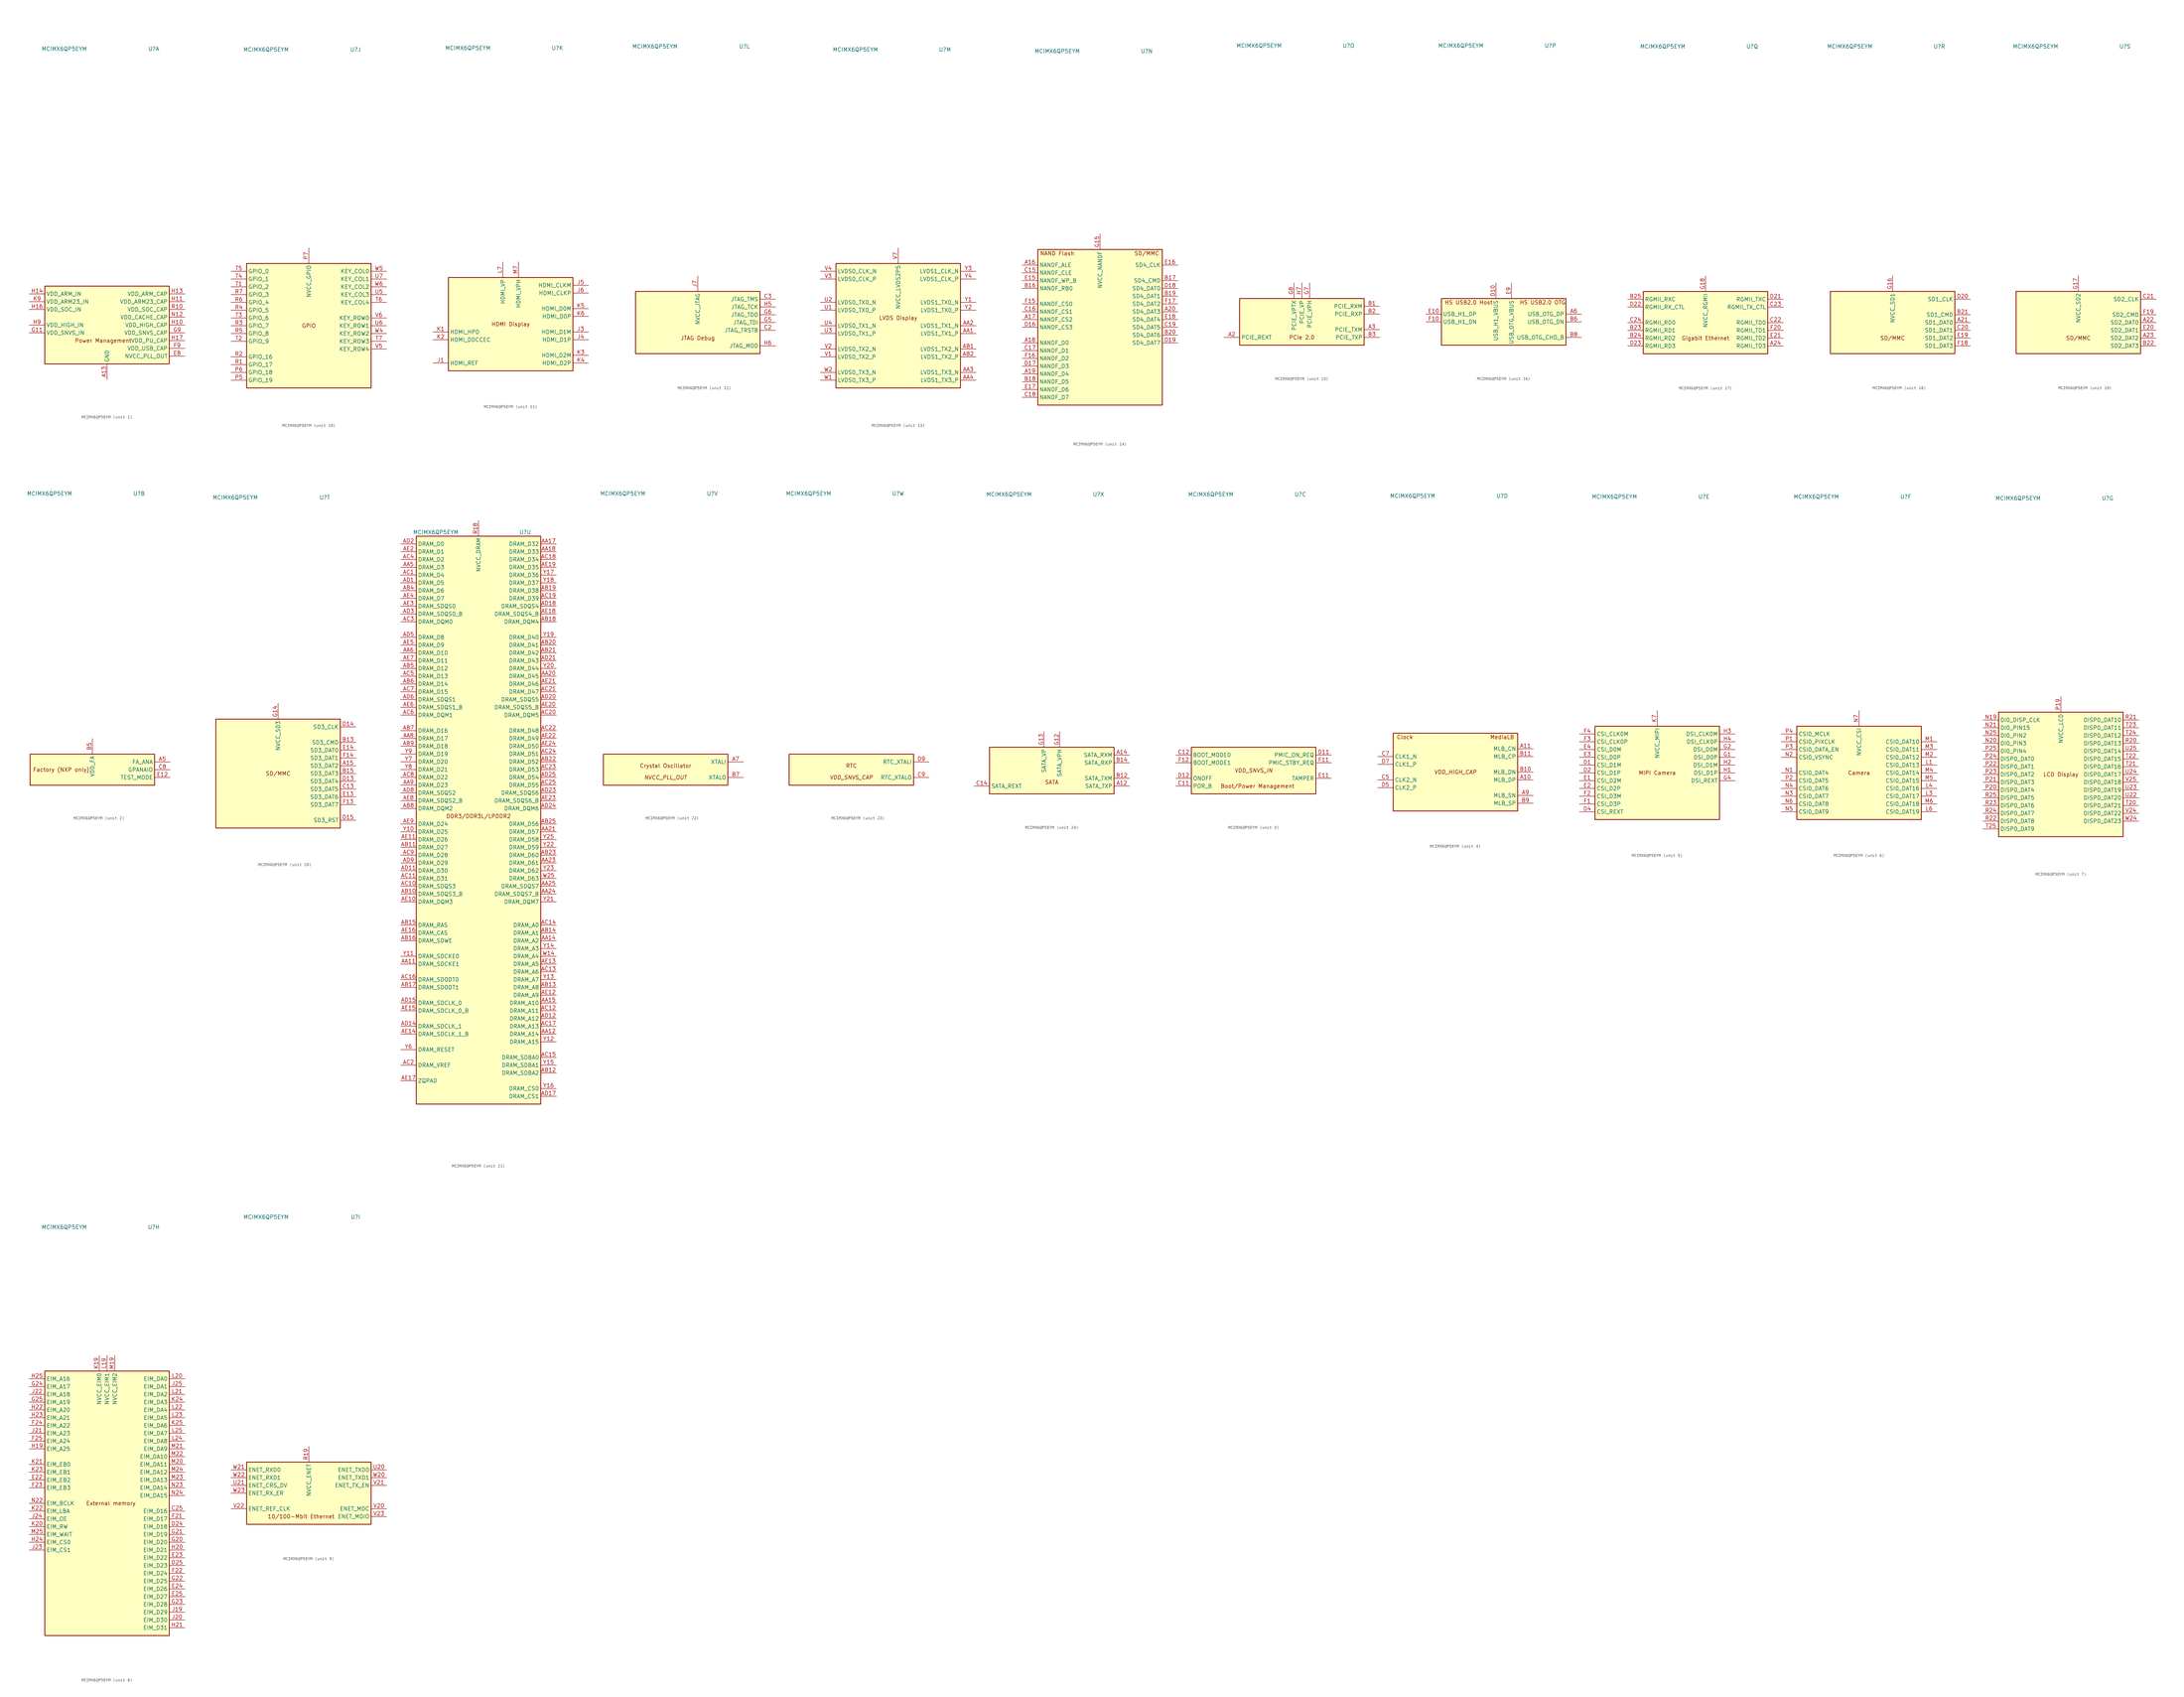
<source format=kicad_sym>
(kicad_symbol_lib
  (version 20220914)
  (generator kicad_symbol_editor)
  (symbol "MCIMX6QP5EYM"
    (property "Reference" "U"
      (at 15.24 90.17 0)
      (effects (font (size 1.27 1.27))))
    (property "Value" "MCIMX6QP5EYM"
      (at -13.97 90.17 0)
      (effects (font (size 1.27 1.27))))
    (property "ki_locked" ""
      (at 0 0 0)
      (effects (font (size 1.27 1.27))))
    (symbol "MCIMX6QP5EYM_1_0"
      (text "Power Management" (at -1.27 -5.08 0) (effects (font (size 1.27 1.27)))))
    (symbol "MCIMX6QP5EYM_1_1"
      (rectangle (start -20.32 12.7) (end 20.32 -12.7) (stroke (width 0.254) (type default)) (fill (type background)))
      (pin power_in line (at 0 -17.78 90) (length 5.08) (name "GND" (effects (font (size 1.27 1.27)))) (number "A13" (effects (font (size 1.27 1.27)))))
      (pin passive line (at 0 -17.78 90) (length 5.08) hide (name "GND" (effects (font (size 1.27 1.27)))) (number "A25" (effects (font (size 1.27 1.27)))))
      (pin passive line (at 0 -17.78 90) (length 5.08) hide (name "GND" (effects (font (size 1.27 1.27)))) (number "A4" (effects (font (size 1.27 1.27)))))
      (pin passive line (at 0 -17.78 90) (length 5.08) hide (name "GND" (effects (font (size 1.27 1.27)))) (number "A8" (effects (font (size 1.27 1.27)))))
      (pin passive line (at 0 -17.78 90) (length 5.08) hide (name "GND" (effects (font (size 1.27 1.27)))) (number "AA10" (effects (font (size 1.27 1.27)))))
      (pin passive line (at 0 -17.78 90) (length 5.08) hide (name "GND" (effects (font (size 1.27 1.27)))) (number "AA13" (effects (font (size 1.27 1.27)))))
      (pin passive line (at 0 -17.78 90) (length 5.08) hide (name "GND" (effects (font (size 1.27 1.27)))) (number "AA16" (effects (font (size 1.27 1.27)))))
      (pin passive line (at 0 -17.78 90) (length 5.08) hide (name "GND" (effects (font (size 1.27 1.27)))) (number "AA19" (effects (font (size 1.27 1.27)))))
      (pin passive line (at 0 -17.78 90) (length 5.08) hide (name "GND" (effects (font (size 1.27 1.27)))) (number "AA22" (effects (font (size 1.27 1.27)))))
      (pin passive line (at 0 -17.78 90) (length 5.08) hide (name "GND" (effects (font (size 1.27 1.27)))) (number "AA7" (effects (font (size 1.27 1.27)))))
      (pin passive line (at 0 -17.78 90) (length 5.08) hide (name "GND" (effects (font (size 1.27 1.27)))) (number "AB24" (effects (font (size 1.27 1.27)))))
      (pin passive line (at 0 -17.78 90) (length 5.08) hide (name "GND" (effects (font (size 1.27 1.27)))) (number "AB3" (effects (font (size 1.27 1.27)))))
      (pin passive line (at 0 -17.78 90) (length 5.08) hide (name "GND" (effects (font (size 1.27 1.27)))) (number "AD10" (effects (font (size 1.27 1.27)))))
      (pin passive line (at 0 -17.78 90) (length 5.08) hide (name "GND" (effects (font (size 1.27 1.27)))) (number "AD13" (effects (font (size 1.27 1.27)))))
      (pin passive line (at 0 -17.78 90) (length 5.08) hide (name "GND" (effects (font (size 1.27 1.27)))) (number "AD16" (effects (font (size 1.27 1.27)))))
      (pin passive line (at 0 -17.78 90) (length 5.08) hide (name "GND" (effects (font (size 1.27 1.27)))) (number "AD19" (effects (font (size 1.27 1.27)))))
      (pin passive line (at 0 -17.78 90) (length 5.08) hide (name "GND" (effects (font (size 1.27 1.27)))) (number "AD22" (effects (font (size 1.27 1.27)))))
      (pin passive line (at 0 -17.78 90) (length 5.08) hide (name "GND" (effects (font (size 1.27 1.27)))) (number "AD4" (effects (font (size 1.27 1.27)))))
      (pin passive line (at 0 -17.78 90) (length 5.08) hide (name "GND" (effects (font (size 1.27 1.27)))) (number "AD7" (effects (font (size 1.27 1.27)))))
      (pin passive line (at 0 -17.78 90) (length 5.08) hide (name "GND" (effects (font (size 1.27 1.27)))) (number "AE1" (effects (font (size 1.27 1.27)))))
      (pin passive line (at 0 -17.78 90) (length 5.08) hide (name "GND" (effects (font (size 1.27 1.27)))) (number "AE25" (effects (font (size 1.27 1.27)))))
      (pin passive line (at 0 -17.78 90) (length 5.08) hide (name "GND" (effects (font (size 1.27 1.27)))) (number "B4" (effects (font (size 1.27 1.27)))))
      (pin passive line (at 0 -17.78 90) (length 5.08) hide (name "GND" (effects (font (size 1.27 1.27)))) (number "C1" (effects (font (size 1.27 1.27)))))
      (pin passive line (at 0 -17.78 90) (length 5.08) hide (name "GND" (effects (font (size 1.27 1.27)))) (number "C10" (effects (font (size 1.27 1.27)))))
      (pin passive line (at 0 -17.78 90) (length 5.08) hide (name "GND" (effects (font (size 1.27 1.27)))) (number "C4" (effects (font (size 1.27 1.27)))))
      (pin passive line (at 0 -17.78 90) (length 5.08) hide (name "GND" (effects (font (size 1.27 1.27)))) (number "C6" (effects (font (size 1.27 1.27)))))
      (pin passive line (at 0 -17.78 90) (length 5.08) hide (name "GND" (effects (font (size 1.27 1.27)))) (number "D3" (effects (font (size 1.27 1.27)))))
      (pin passive line (at 0 -17.78 90) (length 5.08) hide (name "GND" (effects (font (size 1.27 1.27)))) (number "D6" (effects (font (size 1.27 1.27)))))
      (pin passive line (at 0 -17.78 90) (length 5.08) hide (name "GND" (effects (font (size 1.27 1.27)))) (number "D8" (effects (font (size 1.27 1.27)))))
      (pin passive line (at 0 -17.78 90) (length 5.08) hide (name "GND" (effects (font (size 1.27 1.27)))) (number "E5" (effects (font (size 1.27 1.27)))))
      (pin passive line (at 0 -17.78 90) (length 5.08) hide (name "GND" (effects (font (size 1.27 1.27)))) (number "E6" (effects (font (size 1.27 1.27)))))
      (pin passive line (at 0 -17.78 90) (length 5.08) hide (name "GND" (effects (font (size 1.27 1.27)))) (number "E7" (effects (font (size 1.27 1.27)))))
      (pin power_out line (at 25.4 -10.16 180) (length 5.08) (name "NVCC_PLL_OUT" (effects (font (size 1.27 1.27)))) (number "E8" (effects (font (size 1.27 1.27)))))
      (pin passive line (at 0 -17.78 90) (length 5.08) hide (name "GND" (effects (font (size 1.27 1.27)))) (number "F5" (effects (font (size 1.27 1.27)))))
      (pin passive line (at 0 -17.78 90) (length 5.08) hide (name "GND" (effects (font (size 1.27 1.27)))) (number "F6" (effects (font (size 1.27 1.27)))))
      (pin passive line (at 0 -17.78 90) (length 5.08) hide (name "GND" (effects (font (size 1.27 1.27)))) (number "F7" (effects (font (size 1.27 1.27)))))
      (pin passive line (at 0 -17.78 90) (length 5.08) hide (name "GND" (effects (font (size 1.27 1.27)))) (number "F8" (effects (font (size 1.27 1.27)))))
      (pin power_out line (at 25.4 -7.62 180) (length 5.08) (name "VDD_USB_CAP" (effects (font (size 1.27 1.27)))) (number "F9" (effects (font (size 1.27 1.27)))))
      (pin passive line (at 0 -17.78 90) (length 5.08) hide (name "GND" (effects (font (size 1.27 1.27)))) (number "G10" (effects (font (size 1.27 1.27)))))
      (pin power_in line (at -25.4 -2.54 0) (length 5.08) (name "VDD_SNVS_IN" (effects (font (size 1.27 1.27)))) (number "G11" (effects (font (size 1.27 1.27)))))
      (pin passive line (at 0 -17.78 90) (length 5.08) hide (name "GND" (effects (font (size 1.27 1.27)))) (number "G19" (effects (font (size 1.27 1.27)))))
      (pin passive line (at 0 -17.78 90) (length 5.08) hide (name "GND" (effects (font (size 1.27 1.27)))) (number "G3" (effects (font (size 1.27 1.27)))))
      (pin power_out line (at 25.4 -2.54 180) (length 5.08) (name "VDD_SNVS_CAP" (effects (font (size 1.27 1.27)))) (number "G9" (effects (font (size 1.27 1.27)))))
      (pin power_out line (at 25.4 0 180) (length 5.08) (name "VDD_HIGH_CAP" (effects (font (size 1.27 1.27)))) (number "H10" (effects (font (size 1.27 1.27)))))
      (pin power_out line (at 25.4 7.62 180) (length 5.08) (name "VDD_ARM23_CAP" (effects (font (size 1.27 1.27)))) (number "H11" (effects (font (size 1.27 1.27)))))
      (pin passive line (at 0 -17.78 90) (length 5.08) hide (name "GND" (effects (font (size 1.27 1.27)))) (number "H12" (effects (font (size 1.27 1.27)))))
      (pin power_out line (at 25.4 10.16 180) (length 5.08) (name "VDD_ARM_CAP" (effects (font (size 1.27 1.27)))) (number "H13" (effects (font (size 1.27 1.27)))))
      (pin power_in line (at -25.4 10.16 0) (length 5.08) (name "VDD_ARM_IN" (effects (font (size 1.27 1.27)))) (number "H14" (effects (font (size 1.27 1.27)))))
      (pin passive line (at 0 -17.78 90) (length 5.08) hide (name "GND" (effects (font (size 1.27 1.27)))) (number "H15" (effects (font (size 1.27 1.27)))))
      (pin power_in line (at -25.4 5.08 0) (length 5.08) (name "VDD_SOC_IN" (effects (font (size 1.27 1.27)))) (number "H16" (effects (font (size 1.27 1.27)))))
      (pin power_out line (at 25.4 -5.08 180) (length 5.08) (name "VDD_PU_CAP" (effects (font (size 1.27 1.27)))) (number "H17" (effects (font (size 1.27 1.27)))))
      (pin passive line (at 0 -17.78 90) (length 5.08) hide (name "GND" (effects (font (size 1.27 1.27)))) (number "H18" (effects (font (size 1.27 1.27)))))
      (pin passive line (at 0 -17.78 90) (length 5.08) hide (name "GND" (effects (font (size 1.27 1.27)))) (number "H8" (effects (font (size 1.27 1.27)))))
      (pin power_in line (at -25.4 0 0) (length 5.08) (name "VDD_HIGH_IN" (effects (font (size 1.27 1.27)))) (number "H9" (effects (font (size 1.27 1.27)))))
      (pin passive line (at 25.4 0 180) (length 5.08) hide (name "VDD_HIGH_CAP" (effects (font (size 1.27 1.27)))) (number "J10" (effects (font (size 1.27 1.27)))))
      (pin passive line (at 25.4 7.62 180) (length 5.08) hide (name "VDD_ARM23_CAP" (effects (font (size 1.27 1.27)))) (number "J11" (effects (font (size 1.27 1.27)))))
      (pin passive line (at 0 -17.78 90) (length 5.08) hide (name "GND" (effects (font (size 1.27 1.27)))) (number "J12" (effects (font (size 1.27 1.27)))))
      (pin passive line (at 25.4 10.16 180) (length 5.08) hide (name "VDD_ARM_CAP" (effects (font (size 1.27 1.27)))) (number "J13" (effects (font (size 1.27 1.27)))))
      (pin passive line (at -25.4 10.16 0) (length 5.08) hide (name "VDD_ARM_IN" (effects (font (size 1.27 1.27)))) (number "J14" (effects (font (size 1.27 1.27)))))
      (pin passive line (at 0 -17.78 90) (length 5.08) hide (name "GND" (effects (font (size 1.27 1.27)))) (number "J15" (effects (font (size 1.27 1.27)))))
      (pin passive line (at -25.4 5.08 0) (length 5.08) hide (name "VDD_SOC_IN" (effects (font (size 1.27 1.27)))) (number "J16" (effects (font (size 1.27 1.27)))))
      (pin passive line (at 25.4 -5.08 180) (length 5.08) hide (name "VDD_PU_CAP" (effects (font (size 1.27 1.27)))) (number "J17" (effects (font (size 1.27 1.27)))))
      (pin passive line (at 0 -17.78 90) (length 5.08) hide (name "GND" (effects (font (size 1.27 1.27)))) (number "J18" (effects (font (size 1.27 1.27)))))
      (pin passive line (at 0 -17.78 90) (length 5.08) hide (name "GND" (effects (font (size 1.27 1.27)))) (number "J2" (effects (font (size 1.27 1.27)))))
      (pin passive line (at 0 -17.78 90) (length 5.08) hide (name "GND" (effects (font (size 1.27 1.27)))) (number "J8" (effects (font (size 1.27 1.27)))))
      (pin passive line (at -25.4 0 0) (length 5.08) hide (name "VDD_HIGH_IN" (effects (font (size 1.27 1.27)))) (number "J9" (effects (font (size 1.27 1.27)))))
      (pin passive line (at 0 -17.78 90) (length 5.08) hide (name "GND" (effects (font (size 1.27 1.27)))) (number "K10" (effects (font (size 1.27 1.27)))))
      (pin passive line (at 25.4 7.62 180) (length 5.08) hide (name "VDD_ARM23_CAP" (effects (font (size 1.27 1.27)))) (number "K11" (effects (font (size 1.27 1.27)))))
      (pin passive line (at 0 -17.78 90) (length 5.08) hide (name "GND" (effects (font (size 1.27 1.27)))) (number "K12" (effects (font (size 1.27 1.27)))))
      (pin passive line (at 25.4 10.16 180) (length 5.08) hide (name "VDD_ARM_CAP" (effects (font (size 1.27 1.27)))) (number "K13" (effects (font (size 1.27 1.27)))))
      (pin passive line (at -25.4 10.16 0) (length 5.08) hide (name "VDD_ARM_IN" (effects (font (size 1.27 1.27)))) (number "K14" (effects (font (size 1.27 1.27)))))
      (pin passive line (at 0 -17.78 90) (length 5.08) hide (name "GND" (effects (font (size 1.27 1.27)))) (number "K15" (effects (font (size 1.27 1.27)))))
      (pin passive line (at -25.4 5.08 0) (length 5.08) hide (name "VDD_SOC_IN" (effects (font (size 1.27 1.27)))) (number "K16" (effects (font (size 1.27 1.27)))))
      (pin passive line (at 25.4 -5.08 180) (length 5.08) hide (name "VDD_PU_CAP" (effects (font (size 1.27 1.27)))) (number "K17" (effects (font (size 1.27 1.27)))))
      (pin passive line (at 0 -17.78 90) (length 5.08) hide (name "GND" (effects (font (size 1.27 1.27)))) (number "K18" (effects (font (size 1.27 1.27)))))
      (pin passive line (at 0 -17.78 90) (length 5.08) hide (name "GND" (effects (font (size 1.27 1.27)))) (number "K8" (effects (font (size 1.27 1.27)))))
      (pin power_in line (at -25.4 7.62 0) (length 5.08) (name "VDD_ARM23_IN" (effects (font (size 1.27 1.27)))) (number "K9" (effects (font (size 1.27 1.27)))))
      (pin passive line (at 0 -17.78 90) (length 5.08) hide (name "GND" (effects (font (size 1.27 1.27)))) (number "L10" (effects (font (size 1.27 1.27)))))
      (pin passive line (at 25.4 7.62 180) (length 5.08) hide (name "VDD_ARM23_CAP" (effects (font (size 1.27 1.27)))) (number "L11" (effects (font (size 1.27 1.27)))))
      (pin passive line (at 0 -17.78 90) (length 5.08) hide (name "GND" (effects (font (size 1.27 1.27)))) (number "L12" (effects (font (size 1.27 1.27)))))
      (pin passive line (at 25.4 10.16 180) (length 5.08) hide (name "VDD_ARM_CAP" (effects (font (size 1.27 1.27)))) (number "L13" (effects (font (size 1.27 1.27)))))
      (pin passive line (at -25.4 10.16 0) (length 5.08) hide (name "VDD_ARM_IN" (effects (font (size 1.27 1.27)))) (number "L14" (effects (font (size 1.27 1.27)))))
      (pin passive line (at 0 -17.78 90) (length 5.08) hide (name "GND" (effects (font (size 1.27 1.27)))) (number "L15" (effects (font (size 1.27 1.27)))))
      (pin passive line (at -25.4 5.08 0) (length 5.08) hide (name "VDD_SOC_IN" (effects (font (size 1.27 1.27)))) (number "L16" (effects (font (size 1.27 1.27)))))
      (pin passive line (at 25.4 -5.08 180) (length 5.08) hide (name "VDD_PU_CAP" (effects (font (size 1.27 1.27)))) (number "L17" (effects (font (size 1.27 1.27)))))
      (pin passive line (at 0 -17.78 90) (length 5.08) hide (name "GND" (effects (font (size 1.27 1.27)))) (number "L18" (effects (font (size 1.27 1.27)))))
      (pin passive line (at 0 -17.78 90) (length 5.08) hide (name "GND" (effects (font (size 1.27 1.27)))) (number "L2" (effects (font (size 1.27 1.27)))))
      (pin passive line (at 0 -17.78 90) (length 5.08) hide (name "GND" (effects (font (size 1.27 1.27)))) (number "L5" (effects (font (size 1.27 1.27)))))
      (pin passive line (at 0 -17.78 90) (length 5.08) hide (name "GND" (effects (font (size 1.27 1.27)))) (number "L8" (effects (font (size 1.27 1.27)))))
      (pin passive line (at -25.4 7.62 0) (length 5.08) hide (name "VDD_ARM23_IN" (effects (font (size 1.27 1.27)))) (number "L9" (effects (font (size 1.27 1.27)))))
      (pin passive line (at 0 -17.78 90) (length 5.08) hide (name "GND" (effects (font (size 1.27 1.27)))) (number "M10" (effects (font (size 1.27 1.27)))))
      (pin passive line (at 25.4 7.62 180) (length 5.08) hide (name "VDD_ARM23_CAP" (effects (font (size 1.27 1.27)))) (number "M11" (effects (font (size 1.27 1.27)))))
      (pin passive line (at 0 -17.78 90) (length 5.08) hide (name "GND" (effects (font (size 1.27 1.27)))) (number "M12" (effects (font (size 1.27 1.27)))))
      (pin passive line (at 25.4 10.16 180) (length 5.08) hide (name "VDD_ARM_CAP" (effects (font (size 1.27 1.27)))) (number "M13" (effects (font (size 1.27 1.27)))))
      (pin passive line (at -25.4 10.16 0) (length 5.08) hide (name "VDD_ARM_IN" (effects (font (size 1.27 1.27)))) (number "M14" (effects (font (size 1.27 1.27)))))
      (pin passive line (at 0 -17.78 90) (length 5.08) hide (name "GND" (effects (font (size 1.27 1.27)))) (number "M15" (effects (font (size 1.27 1.27)))))
      (pin passive line (at -25.4 5.08 0) (length 5.08) hide (name "VDD_SOC_IN" (effects (font (size 1.27 1.27)))) (number "M16" (effects (font (size 1.27 1.27)))))
      (pin passive line (at 25.4 -5.08 180) (length 5.08) hide (name "VDD_PU_CAP" (effects (font (size 1.27 1.27)))) (number "M17" (effects (font (size 1.27 1.27)))))
      (pin passive line (at 0 -17.78 90) (length 5.08) hide (name "GND" (effects (font (size 1.27 1.27)))) (number "M18" (effects (font (size 1.27 1.27)))))
      (pin passive line (at 0 -17.78 90) (length 5.08) hide (name "GND" (effects (font (size 1.27 1.27)))) (number "M8" (effects (font (size 1.27 1.27)))))
      (pin passive line (at -25.4 7.62 0) (length 5.08) hide (name "VDD_ARM23_IN" (effects (font (size 1.27 1.27)))) (number "M9" (effects (font (size 1.27 1.27)))))
      (pin passive line (at 0 -17.78 90) (length 5.08) hide (name "GND" (effects (font (size 1.27 1.27)))) (number "N10" (effects (font (size 1.27 1.27)))))
      (pin passive line (at 25.4 7.62 180) (length 5.08) hide (name "VDD_ARM23_CAP" (effects (font (size 1.27 1.27)))) (number "N11" (effects (font (size 1.27 1.27)))))
      (pin power_in line (at 25.4 2.54 180) (length 5.08) (name "VDD_CACHE_CAP" (effects (font (size 1.27 1.27)))) (number "N12" (effects (font (size 1.27 1.27)))))
      (pin passive line (at 25.4 10.16 180) (length 5.08) hide (name "VDD_ARM_CAP" (effects (font (size 1.27 1.27)))) (number "N13" (effects (font (size 1.27 1.27)))))
      (pin passive line (at -25.4 10.16 0) (length 5.08) hide (name "VDD_ARM_IN" (effects (font (size 1.27 1.27)))) (number "N14" (effects (font (size 1.27 1.27)))))
      (pin passive line (at 0 -17.78 90) (length 5.08) hide (name "GND" (effects (font (size 1.27 1.27)))) (number "N15" (effects (font (size 1.27 1.27)))))
      (pin passive line (at -25.4 5.08 0) (length 5.08) hide (name "VDD_SOC_IN" (effects (font (size 1.27 1.27)))) (number "N16" (effects (font (size 1.27 1.27)))))
      (pin passive line (at 25.4 -5.08 180) (length 5.08) hide (name "VDD_PU_CAP" (effects (font (size 1.27 1.27)))) (number "N17" (effects (font (size 1.27 1.27)))))
      (pin passive line (at 0 -17.78 90) (length 5.08) hide (name "GND" (effects (font (size 1.27 1.27)))) (number "N18" (effects (font (size 1.27 1.27)))))
      (pin passive line (at 0 -17.78 90) (length 5.08) hide (name "GND" (effects (font (size 1.27 1.27)))) (number "N8" (effects (font (size 1.27 1.27)))))
      (pin passive line (at -25.4 7.62 0) (length 5.08) hide (name "VDD_ARM23_IN" (effects (font (size 1.27 1.27)))) (number "N9" (effects (font (size 1.27 1.27)))))
      (pin passive line (at 0 -17.78 90) (length 5.08) hide (name "GND" (effects (font (size 1.27 1.27)))) (number "P10" (effects (font (size 1.27 1.27)))))
      (pin passive line (at 25.4 7.62 180) (length 5.08) hide (name "VDD_ARM23_CAP" (effects (font (size 1.27 1.27)))) (number "P11" (effects (font (size 1.27 1.27)))))
      (pin passive line (at 0 -17.78 90) (length 5.08) hide (name "GND" (effects (font (size 1.27 1.27)))) (number "P12" (effects (font (size 1.27 1.27)))))
      (pin passive line (at 25.4 10.16 180) (length 5.08) hide (name "VDD_ARM_CAP" (effects (font (size 1.27 1.27)))) (number "P13" (effects (font (size 1.27 1.27)))))
      (pin passive line (at -25.4 10.16 0) (length 5.08) hide (name "VDD_ARM_IN" (effects (font (size 1.27 1.27)))) (number "P14" (effects (font (size 1.27 1.27)))))
      (pin passive line (at 0 -17.78 90) (length 5.08) hide (name "GND" (effects (font (size 1.27 1.27)))) (number "P15" (effects (font (size 1.27 1.27)))))
      (pin passive line (at -25.4 5.08 0) (length 5.08) hide (name "VDD_SOC_IN" (effects (font (size 1.27 1.27)))) (number "P16" (effects (font (size 1.27 1.27)))))
      (pin passive line (at 25.4 -5.08 180) (length 5.08) hide (name "VDD_PU_CAP" (effects (font (size 1.27 1.27)))) (number "P17" (effects (font (size 1.27 1.27)))))
      (pin passive line (at 0 -17.78 90) (length 5.08) hide (name "GND" (effects (font (size 1.27 1.27)))) (number "P18" (effects (font (size 1.27 1.27)))))
      (pin passive line (at 0 -17.78 90) (length 5.08) hide (name "GND" (effects (font (size 1.27 1.27)))) (number "P8" (effects (font (size 1.27 1.27)))))
      (pin passive line (at -25.4 7.62 0) (length 5.08) hide (name "VDD_ARM23_IN" (effects (font (size 1.27 1.27)))) (number "P9" (effects (font (size 1.27 1.27)))))
      (pin power_out line (at 25.4 5.08 180) (length 5.08) (name "VDD_SOC_CAP" (effects (font (size 1.27 1.27)))) (number "R10" (effects (font (size 1.27 1.27)))))
      (pin passive line (at 25.4 7.62 180) (length 5.08) hide (name "VDD_ARM23_CAP" (effects (font (size 1.27 1.27)))) (number "R11" (effects (font (size 1.27 1.27)))))
      (pin passive line (at 0 -17.78 90) (length 5.08) hide (name "GND" (effects (font (size 1.27 1.27)))) (number "R12" (effects (font (size 1.27 1.27)))))
      (pin passive line (at 25.4 10.16 180) (length 5.08) hide (name "VDD_ARM_CAP" (effects (font (size 1.27 1.27)))) (number "R13" (effects (font (size 1.27 1.27)))))
      (pin passive line (at -25.4 10.16 0) (length 5.08) hide (name "VDD_ARM_IN" (effects (font (size 1.27 1.27)))) (number "R14" (effects (font (size 1.27 1.27)))))
      (pin passive line (at 0 -17.78 90) (length 5.08) hide (name "GND" (effects (font (size 1.27 1.27)))) (number "R15" (effects (font (size 1.27 1.27)))))
      (pin passive line (at -25.4 5.08 0) (length 5.08) hide (name "VDD_SOC_IN" (effects (font (size 1.27 1.27)))) (number "R16" (effects (font (size 1.27 1.27)))))
      (pin passive line (at 0 -17.78 90) (length 5.08) hide (name "GND" (effects (font (size 1.27 1.27)))) (number "R17" (effects (font (size 1.27 1.27)))))
      (pin passive line (at 0 -17.78 90) (length 5.08) hide (name "GND" (effects (font (size 1.27 1.27)))) (number "R8" (effects (font (size 1.27 1.27)))))
      (pin passive line (at -25.4 7.62 0) (length 5.08) hide (name "VDD_ARM23_IN" (effects (font (size 1.27 1.27)))) (number "R9" (effects (font (size 1.27 1.27)))))
      (pin passive line (at 25.4 5.08 180) (length 5.08) hide (name "VDD_SOC_CAP" (effects (font (size 1.27 1.27)))) (number "T10" (effects (font (size 1.27 1.27)))))
      (pin passive line (at 0 -17.78 90) (length 5.08) hide (name "GND" (effects (font (size 1.27 1.27)))) (number "T11" (effects (font (size 1.27 1.27)))))
      (pin passive line (at 0 -17.78 90) (length 5.08) hide (name "GND" (effects (font (size 1.27 1.27)))) (number "T12" (effects (font (size 1.27 1.27)))))
      (pin passive line (at 25.4 5.08 180) (length 5.08) hide (name "VDD_SOC_CAP" (effects (font (size 1.27 1.27)))) (number "T13" (effects (font (size 1.27 1.27)))))
      (pin passive line (at 25.4 5.08 180) (length 5.08) hide (name "VDD_SOC_CAP" (effects (font (size 1.27 1.27)))) (number "T14" (effects (font (size 1.27 1.27)))))
      (pin passive line (at 0 -17.78 90) (length 5.08) hide (name "GND" (effects (font (size 1.27 1.27)))) (number "T15" (effects (font (size 1.27 1.27)))))
      (pin passive line (at -25.4 5.08 0) (length 5.08) hide (name "VDD_SOC_IN" (effects (font (size 1.27 1.27)))) (number "T16" (effects (font (size 1.27 1.27)))))
      (pin passive line (at 0 -17.78 90) (length 5.08) hide (name "GND" (effects (font (size 1.27 1.27)))) (number "T17" (effects (font (size 1.27 1.27)))))
      (pin passive line (at 0 -17.78 90) (length 5.08) hide (name "GND" (effects (font (size 1.27 1.27)))) (number "T19" (effects (font (size 1.27 1.27)))))
      (pin passive line (at 0 -17.78 90) (length 5.08) hide (name "GND" (effects (font (size 1.27 1.27)))) (number "T8" (effects (font (size 1.27 1.27)))))
      (pin passive line (at -25.4 7.62 0) (length 5.08) hide (name "VDD_ARM23_IN" (effects (font (size 1.27 1.27)))) (number "T9" (effects (font (size 1.27 1.27)))))
      (pin passive line (at 25.4 5.08 180) (length 5.08) hide (name "VDD_SOC_CAP" (effects (font (size 1.27 1.27)))) (number "U10" (effects (font (size 1.27 1.27)))))
      (pin passive line (at 0 -17.78 90) (length 5.08) hide (name "GND" (effects (font (size 1.27 1.27)))) (number "U11" (effects (font (size 1.27 1.27)))))
      (pin passive line (at 0 -17.78 90) (length 5.08) hide (name "GND" (effects (font (size 1.27 1.27)))) (number "U12" (effects (font (size 1.27 1.27)))))
      (pin passive line (at 25.4 5.08 180) (length 5.08) hide (name "VDD_SOC_CAP" (effects (font (size 1.27 1.27)))) (number "U13" (effects (font (size 1.27 1.27)))))
      (pin passive line (at 25.4 5.08 180) (length 5.08) hide (name "VDD_SOC_CAP" (effects (font (size 1.27 1.27)))) (number "U14" (effects (font (size 1.27 1.27)))))
      (pin passive line (at 0 -17.78 90) (length 5.08) hide (name "GND" (effects (font (size 1.27 1.27)))) (number "U15" (effects (font (size 1.27 1.27)))))
      (pin passive line (at -25.4 5.08 0) (length 5.08) hide (name "VDD_SOC_IN" (effects (font (size 1.27 1.27)))) (number "U16" (effects (font (size 1.27 1.27)))))
      (pin passive line (at 0 -17.78 90) (length 5.08) hide (name "GND" (effects (font (size 1.27 1.27)))) (number "U17" (effects (font (size 1.27 1.27)))))
      (pin passive line (at 0 -17.78 90) (length 5.08) hide (name "GND" (effects (font (size 1.27 1.27)))) (number "U19" (effects (font (size 1.27 1.27)))))
      (pin passive line (at 0 -17.78 90) (length 5.08) hide (name "GND" (effects (font (size 1.27 1.27)))) (number "U8" (effects (font (size 1.27 1.27)))))
      (pin passive line (at -25.4 7.62 0) (length 5.08) hide (name "VDD_ARM23_IN" (effects (font (size 1.27 1.27)))) (number "U9" (effects (font (size 1.27 1.27)))))
      (pin passive line (at 0 -17.78 90) (length 5.08) hide (name "GND" (effects (font (size 1.27 1.27)))) (number "V19" (effects (font (size 1.27 1.27)))))
      (pin passive line (at 0 -17.78 90) (length 5.08) hide (name "GND" (effects (font (size 1.27 1.27)))) (number "V8" (effects (font (size 1.27 1.27)))))
      (pin passive line (at 0 -17.78 90) (length 5.08) hide (name "GND" (effects (font (size 1.27 1.27)))) (number "W10" (effects (font (size 1.27 1.27)))))
      (pin passive line (at 0 -17.78 90) (length 5.08) hide (name "GND" (effects (font (size 1.27 1.27)))) (number "W11" (effects (font (size 1.27 1.27)))))
      (pin passive line (at 0 -17.78 90) (length 5.08) hide (name "GND" (effects (font (size 1.27 1.27)))) (number "W12" (effects (font (size 1.27 1.27)))))
      (pin passive line (at 0 -17.78 90) (length 5.08) hide (name "GND" (effects (font (size 1.27 1.27)))) (number "W13" (effects (font (size 1.27 1.27)))))
      (pin passive line (at 0 -17.78 90) (length 5.08) hide (name "GND" (effects (font (size 1.27 1.27)))) (number "W15" (effects (font (size 1.27 1.27)))))
      (pin passive line (at 0 -17.78 90) (length 5.08) hide (name "GND" (effects (font (size 1.27 1.27)))) (number "W16" (effects (font (size 1.27 1.27)))))
      (pin passive line (at 0 -17.78 90) (length 5.08) hide (name "GND" (effects (font (size 1.27 1.27)))) (number "W17" (effects (font (size 1.27 1.27)))))
      (pin passive line (at 0 -17.78 90) (length 5.08) hide (name "GND" (effects (font (size 1.27 1.27)))) (number "W18" (effects (font (size 1.27 1.27)))))
      (pin passive line (at 0 -17.78 90) (length 5.08) hide (name "GND" (effects (font (size 1.27 1.27)))) (number "W19" (effects (font (size 1.27 1.27)))))
      (pin passive line (at 0 -17.78 90) (length 5.08) hide (name "GND" (effects (font (size 1.27 1.27)))) (number "W3" (effects (font (size 1.27 1.27)))))
      (pin passive line (at 0 -17.78 90) (length 5.08) hide (name "GND" (effects (font (size 1.27 1.27)))) (number "W7" (effects (font (size 1.27 1.27)))))
      (pin passive line (at 0 -17.78 90) (length 5.08) hide (name "GND" (effects (font (size 1.27 1.27)))) (number "W8" (effects (font (size 1.27 1.27)))))
      (pin passive line (at 0 -17.78 90) (length 5.08) hide (name "GND" (effects (font (size 1.27 1.27)))) (number "W9" (effects (font (size 1.27 1.27)))))
      (pin passive line (at 0 -17.78 90) (length 5.08) hide (name "GND" (effects (font (size 1.27 1.27)))) (number "Y24" (effects (font (size 1.27 1.27)))))
      (pin passive line (at 0 -17.78 90) (length 5.08) hide (name "GND" (effects (font (size 1.27 1.27)))) (number "Y5" (effects (font (size 1.27 1.27))))))
    (symbol "MCIMX6QP5EYM_2_0"
      (text "Factory (NXP only)" (at -10.16 0 0) (effects (font (size 1.27 1.27)))))
    (symbol "MCIMX6QP5EYM_2_1"
      (rectangle (start -20.32 5.08) (end 20.32 -5.08) (stroke (width 0.254) (type default)) (fill (type background)))
      (pin passive line (at 25.4 2.54 180) (length 5.08) (name "FA_ANA" (effects (font (size 1.27 1.27)))) (number "A5" (effects (font (size 1.27 1.27)))))
      (pin passive line (at 0 10.16 270) (length 5.08) (name "VDD_FA" (effects (font (size 1.27 1.27)))) (number "B5" (effects (font (size 1.27 1.27)))))
      (pin passive line (at 25.4 0 180) (length 5.08) (name "GPANAIO" (effects (font (size 1.27 1.27)))) (number "C8" (effects (font (size 1.27 1.27)))))
      (pin passive line (at 25.4 -2.54 180) (length 5.08) (name "TEST_MODE" (effects (font (size 1.27 1.27)))) (number "E12" (effects (font (size 1.27 1.27))))))
    (symbol "MCIMX6QP5EYM_3_0"
      (text "Boot/Power Management" (at 1.27 -5.08 0) (effects (font (size 1.27 1.27)))))
    (symbol "MCIMX6QP5EYM_3_1"
      (rectangle (start -20.32 7.62) (end 20.32 -7.62) (stroke (width 0.254) (type default)) (fill (type background)))
      (text "VDD_SNVS_IN" (at 0 0 0) (effects (font (size 1.27 1.27) italic)))
      (pin input line (at -25.4 -5.08 0) (length 5.08) (name "POR_B" (effects (font (size 1.27 1.27)))) (number "C11" (effects (font (size 1.27 1.27)))))
      (pin input line (at -25.4 5.08 0) (length 5.08) (name "BOOT_MODE0" (effects (font (size 1.27 1.27)))) (number "C12" (effects (font (size 1.27 1.27)))))
      (pin output line (at 25.4 5.08 180) (length 5.08) (name "PMIC_ON_REQ" (effects (font (size 1.27 1.27)))) (number "D11" (effects (font (size 1.27 1.27)))))
      (pin input line (at -25.4 -2.54 0) (length 5.08) (name "ONOFF" (effects (font (size 1.27 1.27)))) (number "D12" (effects (font (size 1.27 1.27)))))
      (pin input line (at 25.4 -2.54 180) (length 5.08) (name "TAMPER" (effects (font (size 1.27 1.27)))) (number "E11" (effects (font (size 1.27 1.27)))))
      (pin output line (at 25.4 2.54 180) (length 5.08) (name "PMIC_STBY_REQ" (effects (font (size 1.27 1.27)))) (number "F11" (effects (font (size 1.27 1.27)))))
      (pin input line (at -25.4 2.54 0) (length 5.08) (name "BOOT_MODE1" (effects (font (size 1.27 1.27)))) (number "F12" (effects (font (size 1.27 1.27))))))
    (symbol "MCIMX6QP5EYM_4_0"
      (text "Clock" (at -16.51 11.43 0) (effects (font (size 1.27 1.27))))
      (text "MediaLB" (at 15.24 11.43 0) (effects (font (size 1.27 1.27)))))
    (symbol "MCIMX6QP5EYM_4_1"
      (rectangle (start -20.32 12.7) (end 20.32 -12.7) (stroke (width 0.254) (type default)) (fill (type background)))
      (text "VDD_HIGH_CAP" (at 0 0 0) (effects (font (size 1.27 1.27) italic)))
      (pin bidirectional line (at 25.4 -2.54 180) (length 5.08) (name "MLB_DP" (effects (font (size 1.27 1.27)))) (number "A10" (effects (font (size 1.27 1.27)))))
      (pin input line (at 25.4 7.62 180) (length 5.08) (name "MLB_CN" (effects (font (size 1.27 1.27)))) (number "A11" (effects (font (size 1.27 1.27)))))
      (pin bidirectional line (at 25.4 -7.62 180) (length 5.08) (name "MLB_SN" (effects (font (size 1.27 1.27)))) (number "A9" (effects (font (size 1.27 1.27)))))
      (pin bidirectional line (at 25.4 0 180) (length 5.08) (name "MLB_DN" (effects (font (size 1.27 1.27)))) (number "B10" (effects (font (size 1.27 1.27)))))
      (pin input line (at 25.4 5.08 180) (length 5.08) (name "MLB_CP" (effects (font (size 1.27 1.27)))) (number "B11" (effects (font (size 1.27 1.27)))))
      (pin bidirectional line (at 25.4 -10.16 180) (length 5.08) (name "MLB_SP" (effects (font (size 1.27 1.27)))) (number "B9" (effects (font (size 1.27 1.27)))))
      (pin bidirectional line (at -25.4 -2.54 0) (length 5.08) (name "CLK2_N" (effects (font (size 1.27 1.27)))) (number "C5" (effects (font (size 1.27 1.27)))))
      (pin bidirectional line (at -25.4 5.08 0) (length 5.08) (name "CLK1_N" (effects (font (size 1.27 1.27)))) (number "C7" (effects (font (size 1.27 1.27)))))
      (pin bidirectional line (at -25.4 -5.08 0) (length 5.08) (name "CLK2_P" (effects (font (size 1.27 1.27)))) (number "D5" (effects (font (size 1.27 1.27)))))
      (pin bidirectional line (at -25.4 2.54 0) (length 5.08) (name "CLK1_P" (effects (font (size 1.27 1.27)))) (number "D7" (effects (font (size 1.27 1.27))))))
    (symbol "MCIMX6QP5EYM_5_0"
      (text "MIPI Camera" (at 0 0 0) (effects (font (size 1.27 1.27)))))
    (symbol "MCIMX6QP5EYM_5_1"
      (rectangle (start -20.32 15.24) (end 20.32 -15.24) (stroke (width 0.254) (type default)) (fill (type background)))
      (pin input line (at -25.4 2.54 0) (length 5.08) (name "CSI_D1M" (effects (font (size 1.27 1.27)))) (number "D1" (effects (font (size 1.27 1.27)))))
      (pin input line (at -25.4 0 0) (length 5.08) (name "CSI_D1P" (effects (font (size 1.27 1.27)))) (number "D2" (effects (font (size 1.27 1.27)))))
      (pin passive line (at -25.4 -12.7 0) (length 5.08) (name "CSI_REXT" (effects (font (size 1.27 1.27)))) (number "D4" (effects (font (size 1.27 1.27)))))
      (pin input line (at -25.4 -2.54 0) (length 5.08) (name "CSI_D2M" (effects (font (size 1.27 1.27)))) (number "E1" (effects (font (size 1.27 1.27)))))
      (pin input line (at -25.4 -5.08 0) (length 5.08) (name "CSI_D2P" (effects (font (size 1.27 1.27)))) (number "E2" (effects (font (size 1.27 1.27)))))
      (pin input line (at -25.4 5.08 0) (length 5.08) (name "CSI_D0P" (effects (font (size 1.27 1.27)))) (number "E3" (effects (font (size 1.27 1.27)))))
      (pin input line (at -25.4 7.62 0) (length 5.08) (name "CSI_D0M" (effects (font (size 1.27 1.27)))) (number "E4" (effects (font (size 1.27 1.27)))))
      (pin input line (at -25.4 -10.16 0) (length 5.08) (name "CSI_D3P" (effects (font (size 1.27 1.27)))) (number "F1" (effects (font (size 1.27 1.27)))))
      (pin input line (at -25.4 -7.62 0) (length 5.08) (name "CSI_D3M" (effects (font (size 1.27 1.27)))) (number "F2" (effects (font (size 1.27 1.27)))))
      (pin input line (at -25.4 10.16 0) (length 5.08) (name "CSI_CLK0P" (effects (font (size 1.27 1.27)))) (number "F3" (effects (font (size 1.27 1.27)))))
      (pin input line (at -25.4 12.7 0) (length 5.08) (name "CSI_CLK0M" (effects (font (size 1.27 1.27)))) (number "F4" (effects (font (size 1.27 1.27)))))
      (pin output line (at 25.4 5.08 180) (length 5.08) (name "DSI_D0P" (effects (font (size 1.27 1.27)))) (number "G1" (effects (font (size 1.27 1.27)))))
      (pin output line (at 25.4 7.62 180) (length 5.08) (name "DSI_D0M" (effects (font (size 1.27 1.27)))) (number "G2" (effects (font (size 1.27 1.27)))))
      (pin passive line (at 25.4 -2.54 180) (length 5.08) (name "DSI_REXT" (effects (font (size 1.27 1.27)))) (number "G4" (effects (font (size 1.27 1.27)))))
      (pin output line (at 25.4 0 180) (length 5.08) (name "DSI_D1P" (effects (font (size 1.27 1.27)))) (number "H1" (effects (font (size 1.27 1.27)))))
      (pin output line (at 25.4 2.54 180) (length 5.08) (name "DSI_D1M" (effects (font (size 1.27 1.27)))) (number "H2" (effects (font (size 1.27 1.27)))))
      (pin output line (at 25.4 12.7 180) (length 5.08) (name "DSI_CLK0M" (effects (font (size 1.27 1.27)))) (number "H3" (effects (font (size 1.27 1.27)))))
      (pin output line (at 25.4 10.16 180) (length 5.08) (name "DSI_CLK0P" (effects (font (size 1.27 1.27)))) (number "H4" (effects (font (size 1.27 1.27)))))
      (pin power_in line (at 0 20.32 270) (length 5.08) (name "NVCC_MIPI" (effects (font (size 1.27 1.27)))) (number "K7" (effects (font (size 1.27 1.27))))))
    (symbol "MCIMX6QP5EYM_6_0"
      (text "Camera" (at 0 0 0) (effects (font (size 1.27 1.27)))))
    (symbol "MCIMX6QP5EYM_6_1"
      (rectangle (start -20.32 15.24) (end 20.32 -15.24) (stroke (width 0.254) (type default)) (fill (type background)))
      (pin bidirectional line (at 25.4 2.54 180) (length 5.08) (name "CSI0_DAT13" (effects (font (size 1.27 1.27)))) (number "L1" (effects (font (size 1.27 1.27)))))
      (pin bidirectional line (at 25.4 -7.62 180) (length 5.08) (name "CSI0_DAT17" (effects (font (size 1.27 1.27)))) (number "L3" (effects (font (size 1.27 1.27)))))
      (pin bidirectional line (at 25.4 -5.08 180) (length 5.08) (name "CSI0_DAT16" (effects (font (size 1.27 1.27)))) (number "L4" (effects (font (size 1.27 1.27)))))
      (pin bidirectional line (at 25.4 -12.7 180) (length 5.08) (name "CSI0_DAT19" (effects (font (size 1.27 1.27)))) (number "L6" (effects (font (size 1.27 1.27)))))
      (pin bidirectional line (at 25.4 10.16 180) (length 5.08) (name "CSI0_DAT10" (effects (font (size 1.27 1.27)))) (number "M1" (effects (font (size 1.27 1.27)))))
      (pin bidirectional line (at 25.4 5.08 180) (length 5.08) (name "CSI0_DAT12" (effects (font (size 1.27 1.27)))) (number "M2" (effects (font (size 1.27 1.27)))))
      (pin bidirectional line (at 25.4 7.62 180) (length 5.08) (name "CSI0_DAT11" (effects (font (size 1.27 1.27)))) (number "M3" (effects (font (size 1.27 1.27)))))
      (pin bidirectional line (at 25.4 0 180) (length 5.08) (name "CSI0_DAT14" (effects (font (size 1.27 1.27)))) (number "M4" (effects (font (size 1.27 1.27)))))
      (pin bidirectional line (at 25.4 -2.54 180) (length 5.08) (name "CSI0_DAT15" (effects (font (size 1.27 1.27)))) (number "M5" (effects (font (size 1.27 1.27)))))
      (pin bidirectional line (at 25.4 -10.16 180) (length 5.08) (name "CSI0_DAT18" (effects (font (size 1.27 1.27)))) (number "M6" (effects (font (size 1.27 1.27)))))
      (pin bidirectional line (at -25.4 0 0) (length 5.08) (name "CSI0_DAT4" (effects (font (size 1.27 1.27)))) (number "N1" (effects (font (size 1.27 1.27)))))
      (pin bidirectional line (at -25.4 5.08 0) (length 5.08) (name "CSI0_VSYNC" (effects (font (size 1.27 1.27)))) (number "N2" (effects (font (size 1.27 1.27)))))
      (pin bidirectional line (at -25.4 -7.62 0) (length 5.08) (name "CSI0_DAT7" (effects (font (size 1.27 1.27)))) (number "N3" (effects (font (size 1.27 1.27)))))
      (pin bidirectional line (at -25.4 -5.08 0) (length 5.08) (name "CSI0_DAT6" (effects (font (size 1.27 1.27)))) (number "N4" (effects (font (size 1.27 1.27)))))
      (pin bidirectional line (at -25.4 -12.7 0) (length 5.08) (name "CSI0_DAT9" (effects (font (size 1.27 1.27)))) (number "N5" (effects (font (size 1.27 1.27)))))
      (pin bidirectional line (at -25.4 -10.16 0) (length 5.08) (name "CSI0_DAT8" (effects (font (size 1.27 1.27)))) (number "N6" (effects (font (size 1.27 1.27)))))
      (pin power_in line (at 0 20.32 270) (length 5.08) (name "NVCC_CSI" (effects (font (size 1.27 1.27)))) (number "N7" (effects (font (size 1.27 1.27)))))
      (pin bidirectional line (at -25.4 10.16 0) (length 5.08) (name "CSI0_PIXCLK" (effects (font (size 1.27 1.27)))) (number "P1" (effects (font (size 1.27 1.27)))))
      (pin bidirectional line (at -25.4 -2.54 0) (length 5.08) (name "CSI0_DAT5" (effects (font (size 1.27 1.27)))) (number "P2" (effects (font (size 1.27 1.27)))))
      (pin bidirectional line (at -25.4 7.62 0) (length 5.08) (name "CSI0_DATA_EN" (effects (font (size 1.27 1.27)))) (number "P3" (effects (font (size 1.27 1.27)))))
      (pin bidirectional line (at -25.4 12.7 0) (length 5.08) (name "CSI0_MCLK" (effects (font (size 1.27 1.27)))) (number "P4" (effects (font (size 1.27 1.27))))))
    (symbol "MCIMX6QP5EYM_7_0"
      (text "LCD Display" (at 0 0 0) (effects (font (size 1.27 1.27)))))
    (symbol "MCIMX6QP5EYM_7_1"
      (rectangle (start -20.32 20.32) (end 20.32 -20.32) (stroke (width 0.254) (type default)) (fill (type background)))
      (pin bidirectional line (at -25.4 17.78 0) (length 5.08) (name "DI0_DISP_CLK" (effects (font (size 1.27 1.27)))) (number "N19" (effects (font (size 1.27 1.27)))))
      (pin bidirectional line (at -25.4 10.16 0) (length 5.08) (name "DI0_PIN3" (effects (font (size 1.27 1.27)))) (number "N20" (effects (font (size 1.27 1.27)))))
      (pin bidirectional line (at -25.4 15.24 0) (length 5.08) (name "DI0_PIN15" (effects (font (size 1.27 1.27)))) (number "N21" (effects (font (size 1.27 1.27)))))
      (pin bidirectional line (at -25.4 12.7 0) (length 5.08) (name "DI0_PIN2" (effects (font (size 1.27 1.27)))) (number "N25" (effects (font (size 1.27 1.27)))))
      (pin power_in line (at 0 25.4 270) (length 5.08) (name "NVCC_LCD" (effects (font (size 1.27 1.27)))) (number "P19" (effects (font (size 1.27 1.27)))))
      (pin bidirectional line (at -25.4 -5.08 0) (length 5.08) (name "DISP0_DAT4" (effects (font (size 1.27 1.27)))) (number "P20" (effects (font (size 1.27 1.27)))))
      (pin bidirectional line (at -25.4 -2.54 0) (length 5.08) (name "DISP0_DAT3" (effects (font (size 1.27 1.27)))) (number "P21" (effects (font (size 1.27 1.27)))))
      (pin bidirectional line (at -25.4 2.54 0) (length 5.08) (name "DISP0_DAT1" (effects (font (size 1.27 1.27)))) (number "P22" (effects (font (size 1.27 1.27)))))
      (pin bidirectional line (at -25.4 0 0) (length 5.08) (name "DISP0_DAT2" (effects (font (size 1.27 1.27)))) (number "P23" (effects (font (size 1.27 1.27)))))
      (pin bidirectional line (at -25.4 5.08 0) (length 5.08) (name "DISP0_DAT0" (effects (font (size 1.27 1.27)))) (number "P24" (effects (font (size 1.27 1.27)))))
      (pin bidirectional line (at -25.4 7.62 0) (length 5.08) (name "DI0_PIN4" (effects (font (size 1.27 1.27)))) (number "P25" (effects (font (size 1.27 1.27)))))
      (pin bidirectional line (at 25.4 10.16 180) (length 5.08) (name "DISP0_DAT13" (effects (font (size 1.27 1.27)))) (number "R20" (effects (font (size 1.27 1.27)))))
      (pin bidirectional line (at 25.4 17.78 180) (length 5.08) (name "DISP0_DAT10" (effects (font (size 1.27 1.27)))) (number "R21" (effects (font (size 1.27 1.27)))))
      (pin bidirectional line (at -25.4 -15.24 0) (length 5.08) (name "DISP0_DAT8" (effects (font (size 1.27 1.27)))) (number "R22" (effects (font (size 1.27 1.27)))))
      (pin bidirectional line (at -25.4 -10.16 0) (length 5.08) (name "DISP0_DAT6" (effects (font (size 1.27 1.27)))) (number "R23" (effects (font (size 1.27 1.27)))))
      (pin bidirectional line (at -25.4 -12.7 0) (length 5.08) (name "DISP0_DAT7" (effects (font (size 1.27 1.27)))) (number "R24" (effects (font (size 1.27 1.27)))))
      (pin bidirectional line (at -25.4 -7.62 0) (length 5.08) (name "DISP0_DAT5" (effects (font (size 1.27 1.27)))) (number "R25" (effects (font (size 1.27 1.27)))))
      (pin bidirectional line (at 25.4 -10.16 180) (length 5.08) (name "DISP0_DAT21" (effects (font (size 1.27 1.27)))) (number "T20" (effects (font (size 1.27 1.27)))))
      (pin bidirectional line (at 25.4 2.54 180) (length 5.08) (name "DISP0_DAT16" (effects (font (size 1.27 1.27)))) (number "T21" (effects (font (size 1.27 1.27)))))
      (pin bidirectional line (at 25.4 5.08 180) (length 5.08) (name "DISP0_DAT15" (effects (font (size 1.27 1.27)))) (number "T22" (effects (font (size 1.27 1.27)))))
      (pin bidirectional line (at 25.4 15.24 180) (length 5.08) (name "DISP0_DAT11" (effects (font (size 1.27 1.27)))) (number "T23" (effects (font (size 1.27 1.27)))))
      (pin bidirectional line (at 25.4 12.7 180) (length 5.08) (name "DISP0_DAT12" (effects (font (size 1.27 1.27)))) (number "T24" (effects (font (size 1.27 1.27)))))
      (pin bidirectional line (at -25.4 -17.78 0) (length 5.08) (name "DISP0_DAT9" (effects (font (size 1.27 1.27)))) (number "T25" (effects (font (size 1.27 1.27)))))
      (pin bidirectional line (at 25.4 -7.62 180) (length 5.08) (name "DISP0_DAT20" (effects (font (size 1.27 1.27)))) (number "U22" (effects (font (size 1.27 1.27)))))
      (pin bidirectional line (at 25.4 -5.08 180) (length 5.08) (name "DISP0_DAT19" (effects (font (size 1.27 1.27)))) (number "U23" (effects (font (size 1.27 1.27)))))
      (pin bidirectional line (at 25.4 0 180) (length 5.08) (name "DISP0_DAT17" (effects (font (size 1.27 1.27)))) (number "U24" (effects (font (size 1.27 1.27)))))
      (pin bidirectional line (at 25.4 7.62 180) (length 5.08) (name "DISP0_DAT14" (effects (font (size 1.27 1.27)))) (number "U25" (effects (font (size 1.27 1.27)))))
      (pin bidirectional line (at 25.4 -12.7 180) (length 5.08) (name "DISP0_DAT22" (effects (font (size 1.27 1.27)))) (number "V24" (effects (font (size 1.27 1.27)))))
      (pin bidirectional line (at 25.4 -2.54 180) (length 5.08) (name "DISP0_DAT18" (effects (font (size 1.27 1.27)))) (number "V25" (effects (font (size 1.27 1.27)))))
      (pin bidirectional line (at 25.4 -15.24 180) (length 5.08) (name "DISP0_DAT23" (effects (font (size 1.27 1.27)))) (number "W24" (effects (font (size 1.27 1.27))))))
    (symbol "MCIMX6QP5EYM_8_0"
      (text "External memory" (at 1.27 0 0) (effects (font (size 1.27 1.27)))))
    (symbol "MCIMX6QP5EYM_8_1"
      (rectangle (start -20.32 43.18) (end 20.32 -43.18) (stroke (width 0.254) (type default)) (fill (type background)))
      (pin bidirectional line (at 25.4 -2.54 180) (length 5.08) (name "EIM_D16" (effects (font (size 1.27 1.27)))) (number "C25" (effects (font (size 1.27 1.27)))))
      (pin bidirectional line (at 25.4 -7.62 180) (length 5.08) (name "EIM_D18" (effects (font (size 1.27 1.27)))) (number "D24" (effects (font (size 1.27 1.27)))))
      (pin bidirectional line (at 25.4 -20.32 180) (length 5.08) (name "EIM_D23" (effects (font (size 1.27 1.27)))) (number "D25" (effects (font (size 1.27 1.27)))))
      (pin bidirectional line (at -25.4 7.62 0) (length 5.08) (name "EIM_EB2" (effects (font (size 1.27 1.27)))) (number "E22" (effects (font (size 1.27 1.27)))))
      (pin bidirectional line (at 25.4 -17.78 180) (length 5.08) (name "EIM_D22" (effects (font (size 1.27 1.27)))) (number "E23" (effects (font (size 1.27 1.27)))))
      (pin bidirectional line (at 25.4 -27.94 180) (length 5.08) (name "EIM_D26" (effects (font (size 1.27 1.27)))) (number "E24" (effects (font (size 1.27 1.27)))))
      (pin bidirectional line (at 25.4 -30.48 180) (length 5.08) (name "EIM_D27" (effects (font (size 1.27 1.27)))) (number "E25" (effects (font (size 1.27 1.27)))))
      (pin bidirectional line (at 25.4 -5.08 180) (length 5.08) (name "EIM_D17" (effects (font (size 1.27 1.27)))) (number "F21" (effects (font (size 1.27 1.27)))))
      (pin bidirectional line (at 25.4 -22.86 180) (length 5.08) (name "EIM_D24" (effects (font (size 1.27 1.27)))) (number "F22" (effects (font (size 1.27 1.27)))))
      (pin bidirectional line (at -25.4 5.08 0) (length 5.08) (name "EIM_EB3" (effects (font (size 1.27 1.27)))) (number "F23" (effects (font (size 1.27 1.27)))))
      (pin bidirectional line (at -25.4 25.4 0) (length 5.08) (name "EIM_A22" (effects (font (size 1.27 1.27)))) (number "F24" (effects (font (size 1.27 1.27)))))
      (pin bidirectional line (at -25.4 20.32 0) (length 5.08) (name "EIM_A24" (effects (font (size 1.27 1.27)))) (number "F25" (effects (font (size 1.27 1.27)))))
      (pin bidirectional line (at 25.4 -12.7 180) (length 5.08) (name "EIM_D20" (effects (font (size 1.27 1.27)))) (number "G20" (effects (font (size 1.27 1.27)))))
      (pin bidirectional line (at 25.4 -10.16 180) (length 5.08) (name "EIM_D19" (effects (font (size 1.27 1.27)))) (number "G21" (effects (font (size 1.27 1.27)))))
      (pin bidirectional line (at 25.4 -25.4 180) (length 5.08) (name "EIM_D25" (effects (font (size 1.27 1.27)))) (number "G22" (effects (font (size 1.27 1.27)))))
      (pin bidirectional line (at 25.4 -33.02 180) (length 5.08) (name "EIM_D28" (effects (font (size 1.27 1.27)))) (number "G23" (effects (font (size 1.27 1.27)))))
      (pin bidirectional line (at -25.4 38.1 0) (length 5.08) (name "EIM_A17" (effects (font (size 1.27 1.27)))) (number "G24" (effects (font (size 1.27 1.27)))))
      (pin bidirectional line (at -25.4 33.02 0) (length 5.08) (name "EIM_A19" (effects (font (size 1.27 1.27)))) (number "G25" (effects (font (size 1.27 1.27)))))
      (pin bidirectional line (at -25.4 17.78 0) (length 5.08) (name "EIM_A25" (effects (font (size 1.27 1.27)))) (number "H19" (effects (font (size 1.27 1.27)))))
      (pin bidirectional line (at 25.4 -15.24 180) (length 5.08) (name "EIM_D21" (effects (font (size 1.27 1.27)))) (number "H20" (effects (font (size 1.27 1.27)))))
      (pin bidirectional line (at 25.4 -40.64 180) (length 5.08) (name "EIM_D31" (effects (font (size 1.27 1.27)))) (number "H21" (effects (font (size 1.27 1.27)))))
      (pin bidirectional line (at -25.4 30.48 0) (length 5.08) (name "EIM_A20" (effects (font (size 1.27 1.27)))) (number "H22" (effects (font (size 1.27 1.27)))))
      (pin bidirectional line (at -25.4 27.94 0) (length 5.08) (name "EIM_A21" (effects (font (size 1.27 1.27)))) (number "H23" (effects (font (size 1.27 1.27)))))
      (pin bidirectional line (at -25.4 -12.7 0) (length 5.08) (name "EIM_CS0" (effects (font (size 1.27 1.27)))) (number "H24" (effects (font (size 1.27 1.27)))))
      (pin bidirectional line (at -25.4 40.64 0) (length 5.08) (name "EIM_A16" (effects (font (size 1.27 1.27)))) (number "H25" (effects (font (size 1.27 1.27)))))
      (pin bidirectional line (at 25.4 -35.56 180) (length 5.08) (name "EIM_D29" (effects (font (size 1.27 1.27)))) (number "J19" (effects (font (size 1.27 1.27)))))
      (pin bidirectional line (at 25.4 -38.1 180) (length 5.08) (name "EIM_D30" (effects (font (size 1.27 1.27)))) (number "J20" (effects (font (size 1.27 1.27)))))
      (pin bidirectional line (at -25.4 22.86 0) (length 5.08) (name "EIM_A23" (effects (font (size 1.27 1.27)))) (number "J21" (effects (font (size 1.27 1.27)))))
      (pin bidirectional line (at -25.4 35.56 0) (length 5.08) (name "EIM_A18" (effects (font (size 1.27 1.27)))) (number "J22" (effects (font (size 1.27 1.27)))))
      (pin bidirectional line (at -25.4 -15.24 0) (length 5.08) (name "EIM_CS1" (effects (font (size 1.27 1.27)))) (number "J23" (effects (font (size 1.27 1.27)))))
      (pin bidirectional line (at -25.4 -5.08 0) (length 5.08) (name "EIM_OE" (effects (font (size 1.27 1.27)))) (number "J24" (effects (font (size 1.27 1.27)))))
      (pin bidirectional line (at 25.4 38.1 180) (length 5.08) (name "EIM_DA1" (effects (font (size 1.27 1.27)))) (number "J25" (effects (font (size 1.27 1.27)))))
      (pin power_in line (at -2.54 48.26 270) (length 5.08) (name "NVCC_EIM0" (effects (font (size 1.27 1.27)))) (number "K19" (effects (font (size 1.27 1.27)))))
      (pin bidirectional line (at -25.4 -7.62 0) (length 5.08) (name "EIM_RW" (effects (font (size 1.27 1.27)))) (number "K20" (effects (font (size 1.27 1.27)))))
      (pin bidirectional line (at -25.4 12.7 0) (length 5.08) (name "EIM_EB0" (effects (font (size 1.27 1.27)))) (number "K21" (effects (font (size 1.27 1.27)))))
      (pin bidirectional line (at -25.4 -2.54 0) (length 5.08) (name "EIM_LBA" (effects (font (size 1.27 1.27)))) (number "K22" (effects (font (size 1.27 1.27)))))
      (pin bidirectional line (at -25.4 10.16 0) (length 5.08) (name "EIM_EB1" (effects (font (size 1.27 1.27)))) (number "K23" (effects (font (size 1.27 1.27)))))
      (pin bidirectional line (at 25.4 33.02 180) (length 5.08) (name "EIM_DA3" (effects (font (size 1.27 1.27)))) (number "K24" (effects (font (size 1.27 1.27)))))
      (pin bidirectional line (at 25.4 25.4 180) (length 5.08) (name "EIM_DA6" (effects (font (size 1.27 1.27)))) (number "K25" (effects (font (size 1.27 1.27)))))
      (pin power_in line (at 0 48.26 270) (length 5.08) (name "NVCC_EIM1" (effects (font (size 1.27 1.27)))) (number "L19" (effects (font (size 1.27 1.27)))))
      (pin bidirectional line (at 25.4 40.64 180) (length 5.08) (name "EIM_DA0" (effects (font (size 1.27 1.27)))) (number "L20" (effects (font (size 1.27 1.27)))))
      (pin bidirectional line (at 25.4 35.56 180) (length 5.08) (name "EIM_DA2" (effects (font (size 1.27 1.27)))) (number "L21" (effects (font (size 1.27 1.27)))))
      (pin bidirectional line (at 25.4 30.48 180) (length 5.08) (name "EIM_DA4" (effects (font (size 1.27 1.27)))) (number "L22" (effects (font (size 1.27 1.27)))))
      (pin bidirectional line (at 25.4 27.94 180) (length 5.08) (name "EIM_DA5" (effects (font (size 1.27 1.27)))) (number "L23" (effects (font (size 1.27 1.27)))))
      (pin bidirectional line (at 25.4 20.32 180) (length 5.08) (name "EIM_DA8" (effects (font (size 1.27 1.27)))) (number "L24" (effects (font (size 1.27 1.27)))))
      (pin bidirectional line (at 25.4 22.86 180) (length 5.08) (name "EIM_DA7" (effects (font (size 1.27 1.27)))) (number "L25" (effects (font (size 1.27 1.27)))))
      (pin power_in line (at 2.54 48.26 270) (length 5.08) (name "NVCC_EIM2" (effects (font (size 1.27 1.27)))) (number "M19" (effects (font (size 1.27 1.27)))))
      (pin bidirectional line (at 25.4 12.7 180) (length 5.08) (name "EIM_DA11" (effects (font (size 1.27 1.27)))) (number "M20" (effects (font (size 1.27 1.27)))))
      (pin bidirectional line (at 25.4 17.78 180) (length 5.08) (name "EIM_DA9" (effects (font (size 1.27 1.27)))) (number "M21" (effects (font (size 1.27 1.27)))))
      (pin bidirectional line (at 25.4 15.24 180) (length 5.08) (name "EIM_DA10" (effects (font (size 1.27 1.27)))) (number "M22" (effects (font (size 1.27 1.27)))))
      (pin bidirectional line (at 25.4 7.62 180) (length 5.08) (name "EIM_DA13" (effects (font (size 1.27 1.27)))) (number "M23" (effects (font (size 1.27 1.27)))))
      (pin bidirectional line (at 25.4 10.16 180) (length 5.08) (name "EIM_DA12" (effects (font (size 1.27 1.27)))) (number "M24" (effects (font (size 1.27 1.27)))))
      (pin bidirectional line (at -25.4 -10.16 0) (length 5.08) (name "EIM_WAIT" (effects (font (size 1.27 1.27)))) (number "M25" (effects (font (size 1.27 1.27)))))
      (pin bidirectional line (at -25.4 0 0) (length 5.08) (name "EIM_BCLK" (effects (font (size 1.27 1.27)))) (number "N22" (effects (font (size 1.27 1.27)))))
      (pin bidirectional line (at 25.4 5.08 180) (length 5.08) (name "EIM_DA14" (effects (font (size 1.27 1.27)))) (number "N23" (effects (font (size 1.27 1.27)))))
      (pin bidirectional line (at 25.4 2.54 180) (length 5.08) (name "EIM_DA15" (effects (font (size 1.27 1.27)))) (number "N24" (effects (font (size 1.27 1.27))))))
    (symbol "MCIMX6QP5EYM_9_0"
      (text "10/100-Mbit Ethernet" (at -2.54 -7.62 0) (effects (font (size 1.27 1.27)))))
    (symbol "MCIMX6QP5EYM_9_1"
      (rectangle (start -20.32 10.16) (end 20.32 -10.16) (stroke (width 0.254) (type default)) (fill (type background)))
      (pin power_in line (at 0 15.24 270) (length 5.08) (name "NVCC_ENET" (effects (font (size 1.27 1.27)))) (number "R19" (effects (font (size 1.27 1.27)))))
      (pin bidirectional line (at 25.4 7.62 180) (length 5.08) (name "ENET_TXD0" (effects (font (size 1.27 1.27)))) (number "U20" (effects (font (size 1.27 1.27)))))
      (pin bidirectional line (at -25.4 2.54 0) (length 5.08) (name "ENET_CRS_DV" (effects (font (size 1.27 1.27)))) (number "U21" (effects (font (size 1.27 1.27)))))
      (pin bidirectional line (at 25.4 -5.08 180) (length 5.08) (name "ENET_MDC" (effects (font (size 1.27 1.27)))) (number "V20" (effects (font (size 1.27 1.27)))))
      (pin bidirectional line (at 25.4 2.54 180) (length 5.08) (name "ENET_TX_EN" (effects (font (size 1.27 1.27)))) (number "V21" (effects (font (size 1.27 1.27)))))
      (pin bidirectional line (at -25.4 -5.08 0) (length 5.08) (name "ENET_REF_CLK" (effects (font (size 1.27 1.27)))) (number "V22" (effects (font (size 1.27 1.27)))))
      (pin bidirectional line (at 25.4 -7.62 180) (length 5.08) (name "ENET_MDIO" (effects (font (size 1.27 1.27)))) (number "V23" (effects (font (size 1.27 1.27)))))
      (pin bidirectional line (at 25.4 5.08 180) (length 5.08) (name "ENET_TXD1" (effects (font (size 1.27 1.27)))) (number "W20" (effects (font (size 1.27 1.27)))))
      (pin bidirectional line (at -25.4 7.62 0) (length 5.08) (name "ENET_RXD0" (effects (font (size 1.27 1.27)))) (number "W21" (effects (font (size 1.27 1.27)))))
      (pin bidirectional line (at -25.4 5.08 0) (length 5.08) (name "ENET_RXD1" (effects (font (size 1.27 1.27)))) (number "W22" (effects (font (size 1.27 1.27)))))
      (pin bidirectional line (at -25.4 0 0) (length 5.08) (name "ENET_RX_ER" (effects (font (size 1.27 1.27)))) (number "W23" (effects (font (size 1.27 1.27))))))
    (symbol "MCIMX6QP5EYM_10_0"
      (text "GPIO" (at 0 0 0) (effects (font (size 1.27 1.27)))))
    (symbol "MCIMX6QP5EYM_10_1"
      (rectangle (start -20.32 20.32) (end 20.32 -20.32) (stroke (width 0.254) (type default)) (fill (type background)))
      (pin bidirectional line (at -25.4 -17.78 0) (length 5.08) (name "GPIO_19" (effects (font (size 1.27 1.27)))) (number "P5" (effects (font (size 1.27 1.27)))))
      (pin bidirectional line (at -25.4 -15.24 0) (length 5.08) (name "GPIO_18" (effects (font (size 1.27 1.27)))) (number "P6" (effects (font (size 1.27 1.27)))))
      (pin power_in line (at 0 25.4 270) (length 5.08) (name "NVCC_GPIO" (effects (font (size 1.27 1.27)))) (number "P7" (effects (font (size 1.27 1.27)))))
      (pin bidirectional line (at -25.4 -12.7 0) (length 5.08) (name "GPIO_17" (effects (font (size 1.27 1.27)))) (number "R1" (effects (font (size 1.27 1.27)))))
      (pin bidirectional line (at -25.4 -10.16 0) (length 5.08) (name "GPIO_16" (effects (font (size 1.27 1.27)))) (number "R2" (effects (font (size 1.27 1.27)))))
      (pin bidirectional line (at -25.4 0 0) (length 5.08) (name "GPIO_7" (effects (font (size 1.27 1.27)))) (number "R3" (effects (font (size 1.27 1.27)))))
      (pin bidirectional line (at -25.4 5.08 0) (length 5.08) (name "GPIO_5" (effects (font (size 1.27 1.27)))) (number "R4" (effects (font (size 1.27 1.27)))))
      (pin bidirectional line (at -25.4 -2.54 0) (length 5.08) (name "GPIO_8" (effects (font (size 1.27 1.27)))) (number "R5" (effects (font (size 1.27 1.27)))))
      (pin bidirectional line (at -25.4 7.62 0) (length 5.08) (name "GPIO_4" (effects (font (size 1.27 1.27)))) (number "R6" (effects (font (size 1.27 1.27)))))
      (pin bidirectional line (at -25.4 10.16 0) (length 5.08) (name "GPIO_3" (effects (font (size 1.27 1.27)))) (number "R7" (effects (font (size 1.27 1.27)))))
      (pin bidirectional line (at -25.4 12.7 0) (length 5.08) (name "GPIO_2" (effects (font (size 1.27 1.27)))) (number "T1" (effects (font (size 1.27 1.27)))))
      (pin bidirectional line (at -25.4 -5.08 0) (length 5.08) (name "GPIO_9" (effects (font (size 1.27 1.27)))) (number "T2" (effects (font (size 1.27 1.27)))))
      (pin bidirectional line (at -25.4 2.54 0) (length 5.08) (name "GPIO_6" (effects (font (size 1.27 1.27)))) (number "T3" (effects (font (size 1.27 1.27)))))
      (pin bidirectional line (at -25.4 15.24 0) (length 5.08) (name "GPIO_1" (effects (font (size 1.27 1.27)))) (number "T4" (effects (font (size 1.27 1.27)))))
      (pin bidirectional line (at -25.4 17.78 0) (length 5.08) (name "GPIO_0" (effects (font (size 1.27 1.27)))) (number "T5" (effects (font (size 1.27 1.27)))))
      (pin bidirectional line (at 25.4 7.62 180) (length 5.08) (name "KEY_COL4" (effects (font (size 1.27 1.27)))) (number "T6" (effects (font (size 1.27 1.27)))))
      (pin bidirectional line (at 25.4 -5.08 180) (length 5.08) (name "KEY_ROW3" (effects (font (size 1.27 1.27)))) (number "T7" (effects (font (size 1.27 1.27)))))
      (pin bidirectional line (at 25.4 10.16 180) (length 5.08) (name "KEY_COL3" (effects (font (size 1.27 1.27)))) (number "U5" (effects (font (size 1.27 1.27)))))
      (pin bidirectional line (at 25.4 0 180) (length 5.08) (name "KEY_ROW1" (effects (font (size 1.27 1.27)))) (number "U6" (effects (font (size 1.27 1.27)))))
      (pin bidirectional line (at 25.4 15.24 180) (length 5.08) (name "KEY_COL1" (effects (font (size 1.27 1.27)))) (number "U7" (effects (font (size 1.27 1.27)))))
      (pin bidirectional line (at 25.4 -7.62 180) (length 5.08) (name "KEY_ROW4" (effects (font (size 1.27 1.27)))) (number "V5" (effects (font (size 1.27 1.27)))))
      (pin bidirectional line (at 25.4 2.54 180) (length 5.08) (name "KEY_ROW0" (effects (font (size 1.27 1.27)))) (number "V6" (effects (font (size 1.27 1.27)))))
      (pin bidirectional line (at 25.4 -2.54 180) (length 5.08) (name "KEY_ROW2" (effects (font (size 1.27 1.27)))) (number "W4" (effects (font (size 1.27 1.27)))))
      (pin bidirectional line (at 25.4 17.78 180) (length 5.08) (name "KEY_COL0" (effects (font (size 1.27 1.27)))) (number "W5" (effects (font (size 1.27 1.27)))))
      (pin bidirectional line (at 25.4 12.7 180) (length 5.08) (name "KEY_COL2" (effects (font (size 1.27 1.27)))) (number "W6" (effects (font (size 1.27 1.27))))))
    (symbol "MCIMX6QP5EYM_11_0"
      (text "HDMI Display" (at 0 0 0) (effects (font (size 1.27 1.27)))))
    (symbol "MCIMX6QP5EYM_11_1"
      (rectangle (start -20.32 15.24) (end 20.32 -15.24) (stroke (width 0.254) (type default)) (fill (type background)))
      (pin passive line (at -25.4 -12.7 0) (length 5.08) (name "HDMI_REF" (effects (font (size 1.27 1.27)))) (number "J1" (effects (font (size 1.27 1.27)))))
      (pin output line (at 25.4 -2.54 180) (length 5.08) (name "HDMI_D1M" (effects (font (size 1.27 1.27)))) (number "J3" (effects (font (size 1.27 1.27)))))
      (pin output line (at 25.4 -5.08 180) (length 5.08) (name "HDMI_D1P" (effects (font (size 1.27 1.27)))) (number "J4" (effects (font (size 1.27 1.27)))))
      (pin output line (at 25.4 12.7 180) (length 5.08) (name "HDMI_CLKM" (effects (font (size 1.27 1.27)))) (number "J5" (effects (font (size 1.27 1.27)))))
      (pin output line (at 25.4 10.16 180) (length 5.08) (name "HDMI_CLKP" (effects (font (size 1.27 1.27)))) (number "J6" (effects (font (size 1.27 1.27)))))
      (pin input line (at -25.4 -2.54 0) (length 5.08) (name "HDMI_HPD" (effects (font (size 1.27 1.27)))) (number "K1" (effects (font (size 1.27 1.27)))))
      (pin passive line (at -25.4 -5.08 0) (length 5.08) (name "HDMI_DDCCEC" (effects (font (size 1.27 1.27)))) (number "K2" (effects (font (size 1.27 1.27)))))
      (pin output line (at 25.4 -10.16 180) (length 5.08) (name "HDMI_D2M" (effects (font (size 1.27 1.27)))) (number "K3" (effects (font (size 1.27 1.27)))))
      (pin output line (at 25.4 -12.7 180) (length 5.08) (name "HDMI_D2P" (effects (font (size 1.27 1.27)))) (number "K4" (effects (font (size 1.27 1.27)))))
      (pin output line (at 25.4 5.08 180) (length 5.08) (name "HDMI_D0M" (effects (font (size 1.27 1.27)))) (number "K5" (effects (font (size 1.27 1.27)))))
      (pin output line (at 25.4 2.54 180) (length 5.08) (name "HDMI_D0P" (effects (font (size 1.27 1.27)))) (number "K6" (effects (font (size 1.27 1.27)))))
      (pin power_in line (at -2.54 20.32 270) (length 5.08) (name "HDMI_VP" (effects (font (size 1.27 1.27)))) (number "L7" (effects (font (size 1.27 1.27)))))
      (pin power_in line (at 2.54 20.32 270) (length 5.08) (name "HDMI_VPH" (effects (font (size 1.27 1.27)))) (number "M7" (effects (font (size 1.27 1.27))))))
    (symbol "MCIMX6QP5EYM_12_0"
      (text "JTAG Debug" (at 0 -5.08 0) (effects (font (size 1.27 1.27)))))
    (symbol "MCIMX6QP5EYM_12_1"
      (rectangle (start -20.32 10.16) (end 20.32 -10.16) (stroke (width 0.254) (type default)) (fill (type background)))
      (pin bidirectional line (at 25.4 -2.54 180) (length 5.08) (name "JTAG_TRSTB" (effects (font (size 1.27 1.27)))) (number "C2" (effects (font (size 1.27 1.27)))))
      (pin bidirectional line (at 25.4 7.62 180) (length 5.08) (name "JTAG_TMS" (effects (font (size 1.27 1.27)))) (number "C3" (effects (font (size 1.27 1.27)))))
      (pin bidirectional line (at 25.4 0 180) (length 5.08) (name "JTAG_TDI" (effects (font (size 1.27 1.27)))) (number "G5" (effects (font (size 1.27 1.27)))))
      (pin bidirectional line (at 25.4 2.54 180) (length 5.08) (name "JTAG_TDO" (effects (font (size 1.27 1.27)))) (number "G6" (effects (font (size 1.27 1.27)))))
      (pin bidirectional line (at 25.4 5.08 180) (length 5.08) (name "JTAG_TCK" (effects (font (size 1.27 1.27)))) (number "H5" (effects (font (size 1.27 1.27)))))
      (pin input line (at 25.4 -7.62 180) (length 5.08) (name "JTAG_MOD" (effects (font (size 1.27 1.27)))) (number "H6" (effects (font (size 1.27 1.27)))))
      (pin power_in line (at 0 15.24 270) (length 5.08) (name "NVCC_JTAG" (effects (font (size 1.27 1.27)))) (number "J7" (effects (font (size 1.27 1.27))))))
    (symbol "MCIMX6QP5EYM_13_0"
      (text "LVDS Display" (at 0 2.54 0) (effects (font (size 1.27 1.27)))))
    (symbol "MCIMX6QP5EYM_13_1"
      (rectangle (start -20.32 20.32) (end 20.32 -20.32) (stroke (width 0.254) (type default)) (fill (type background)))
      (pin output line (at 25.4 -2.54 180) (length 5.08) (name "LVDS1_TX1_P" (effects (font (size 1.27 1.27)))) (number "AA1" (effects (font (size 1.27 1.27)))))
      (pin output line (at 25.4 0 180) (length 5.08) (name "LVDS1_TX1_N" (effects (font (size 1.27 1.27)))) (number "AA2" (effects (font (size 1.27 1.27)))))
      (pin output line (at 25.4 -15.24 180) (length 5.08) (name "LVDS1_TX3_N" (effects (font (size 1.27 1.27)))) (number "AA3" (effects (font (size 1.27 1.27)))))
      (pin output line (at 25.4 -17.78 180) (length 5.08) (name "LVDS1_TX3_P" (effects (font (size 1.27 1.27)))) (number "AA4" (effects (font (size 1.27 1.27)))))
      (pin output line (at 25.4 -7.62 180) (length 5.08) (name "LVDS1_TX2_N" (effects (font (size 1.27 1.27)))) (number "AB1" (effects (font (size 1.27 1.27)))))
      (pin output line (at 25.4 -10.16 180) (length 5.08) (name "LVDS1_TX2_P" (effects (font (size 1.27 1.27)))) (number "AB2" (effects (font (size 1.27 1.27)))))
      (pin output line (at -25.4 5.08 0) (length 5.08) (name "LVDS0_TX0_P" (effects (font (size 1.27 1.27)))) (number "U1" (effects (font (size 1.27 1.27)))))
      (pin output line (at -25.4 7.62 0) (length 5.08) (name "LVDS0_TX0_N" (effects (font (size 1.27 1.27)))) (number "U2" (effects (font (size 1.27 1.27)))))
      (pin output line (at -25.4 -2.54 0) (length 5.08) (name "LVDS0_TX1_P" (effects (font (size 1.27 1.27)))) (number "U3" (effects (font (size 1.27 1.27)))))
      (pin output line (at -25.4 0 0) (length 5.08) (name "LVDS0_TX1_N" (effects (font (size 1.27 1.27)))) (number "U4" (effects (font (size 1.27 1.27)))))
      (pin output line (at -25.4 -10.16 0) (length 5.08) (name "LVDS0_TX2_P" (effects (font (size 1.27 1.27)))) (number "V1" (effects (font (size 1.27 1.27)))))
      (pin output line (at -25.4 -7.62 0) (length 5.08) (name "LVDS0_TX2_N" (effects (font (size 1.27 1.27)))) (number "V2" (effects (font (size 1.27 1.27)))))
      (pin output line (at -25.4 15.24 0) (length 5.08) (name "LVDS0_CLK_P" (effects (font (size 1.27 1.27)))) (number "V3" (effects (font (size 1.27 1.27)))))
      (pin output line (at -25.4 17.78 0) (length 5.08) (name "LVDS0_CLK_N" (effects (font (size 1.27 1.27)))) (number "V4" (effects (font (size 1.27 1.27)))))
      (pin power_in line (at 0 25.4 270) (length 5.08) (name "NVCC_LVDS2P5" (effects (font (size 1.27 1.27)))) (number "V7" (effects (font (size 1.27 1.27)))))
      (pin output line (at -25.4 -17.78 0) (length 5.08) (name "LVDS0_TX3_P" (effects (font (size 1.27 1.27)))) (number "W1" (effects (font (size 1.27 1.27)))))
      (pin output line (at -25.4 -15.24 0) (length 5.08) (name "LVDS0_TX3_N" (effects (font (size 1.27 1.27)))) (number "W2" (effects (font (size 1.27 1.27)))))
      (pin output line (at 25.4 7.62 180) (length 5.08) (name "LVDS1_TX0_N" (effects (font (size 1.27 1.27)))) (number "Y1" (effects (font (size 1.27 1.27)))))
      (pin output line (at 25.4 5.08 180) (length 5.08) (name "LVDS1_TX0_P" (effects (font (size 1.27 1.27)))) (number "Y2" (effects (font (size 1.27 1.27)))))
      (pin output line (at 25.4 17.78 180) (length 5.08) (name "LVDS1_CLK_N" (effects (font (size 1.27 1.27)))) (number "Y3" (effects (font (size 1.27 1.27)))))
      (pin output line (at 25.4 15.24 180) (length 5.08) (name "LVDS1_CLK_P" (effects (font (size 1.27 1.27)))) (number "Y4" (effects (font (size 1.27 1.27))))))
    (symbol "MCIMX6QP5EYM_14_0"
      (text "NAND Flash" (at -13.97 24.13 0) (effects (font (size 1.27 1.27))))
      (text "SD/MMC" (at 15.24 24.13 0) (effects (font (size 1.27 1.27)))))
    (symbol "MCIMX6QP5EYM_14_1"
      (rectangle (start -20.32 25.4) (end 20.32 -25.4) (stroke (width 0.254) (type default)) (fill (type background)))
      (pin bidirectional line (at -25.4 20.32 0) (length 5.08) (name "NANDF_ALE" (effects (font (size 1.27 1.27)))) (number "A16" (effects (font (size 1.27 1.27)))))
      (pin bidirectional line (at -25.4 2.54 0) (length 5.08) (name "NANDF_CS2" (effects (font (size 1.27 1.27)))) (number "A17" (effects (font (size 1.27 1.27)))))
      (pin bidirectional line (at -25.4 -5.08 0) (length 5.08) (name "NANDF_D0" (effects (font (size 1.27 1.27)))) (number "A18" (effects (font (size 1.27 1.27)))))
      (pin bidirectional line (at -25.4 -15.24 0) (length 5.08) (name "NANDF_D4" (effects (font (size 1.27 1.27)))) (number "A19" (effects (font (size 1.27 1.27)))))
      (pin bidirectional line (at 25.4 5.08 180) (length 5.08) (name "SD4_DAT3" (effects (font (size 1.27 1.27)))) (number "A20" (effects (font (size 1.27 1.27)))))
      (pin bidirectional line (at -25.4 12.7 0) (length 5.08) (name "NANDF_RB0" (effects (font (size 1.27 1.27)))) (number "B16" (effects (font (size 1.27 1.27)))))
      (pin bidirectional line (at 25.4 15.24 180) (length 5.08) (name "SD4_CMD" (effects (font (size 1.27 1.27)))) (number "B17" (effects (font (size 1.27 1.27)))))
      (pin bidirectional line (at -25.4 -17.78 0) (length 5.08) (name "NANDF_D5" (effects (font (size 1.27 1.27)))) (number "B18" (effects (font (size 1.27 1.27)))))
      (pin bidirectional line (at 25.4 10.16 180) (length 5.08) (name "SD4_DAT1" (effects (font (size 1.27 1.27)))) (number "B19" (effects (font (size 1.27 1.27)))))
      (pin bidirectional line (at 25.4 -2.54 180) (length 5.08) (name "SD4_DAT6" (effects (font (size 1.27 1.27)))) (number "B20" (effects (font (size 1.27 1.27)))))
      (pin bidirectional line (at -25.4 17.78 0) (length 5.08) (name "NANDF_CLE" (effects (font (size 1.27 1.27)))) (number "C15" (effects (font (size 1.27 1.27)))))
      (pin bidirectional line (at -25.4 5.08 0) (length 5.08) (name "NANDF_CS1" (effects (font (size 1.27 1.27)))) (number "C16" (effects (font (size 1.27 1.27)))))
      (pin bidirectional line (at -25.4 -7.62 0) (length 5.08) (name "NANDF_D1" (effects (font (size 1.27 1.27)))) (number "C17" (effects (font (size 1.27 1.27)))))
      (pin bidirectional line (at -25.4 -22.86 0) (length 5.08) (name "NANDF_D7" (effects (font (size 1.27 1.27)))) (number "C18" (effects (font (size 1.27 1.27)))))
      (pin bidirectional line (at 25.4 0 180) (length 5.08) (name "SD4_DAT5" (effects (font (size 1.27 1.27)))) (number "C19" (effects (font (size 1.27 1.27)))))
      (pin bidirectional line (at -25.4 0 0) (length 5.08) (name "NANDF_CS3" (effects (font (size 1.27 1.27)))) (number "D16" (effects (font (size 1.27 1.27)))))
      (pin bidirectional line (at -25.4 -12.7 0) (length 5.08) (name "NANDF_D3" (effects (font (size 1.27 1.27)))) (number "D17" (effects (font (size 1.27 1.27)))))
      (pin bidirectional line (at 25.4 12.7 180) (length 5.08) (name "SD4_DAT0" (effects (font (size 1.27 1.27)))) (number "D18" (effects (font (size 1.27 1.27)))))
      (pin bidirectional line (at 25.4 -5.08 180) (length 5.08) (name "SD4_DAT7" (effects (font (size 1.27 1.27)))) (number "D19" (effects (font (size 1.27 1.27)))))
      (pin bidirectional line (at -25.4 15.24 0) (length 5.08) (name "NANDF_WP_B" (effects (font (size 1.27 1.27)))) (number "E15" (effects (font (size 1.27 1.27)))))
      (pin bidirectional line (at 25.4 20.32 180) (length 5.08) (name "SD4_CLK" (effects (font (size 1.27 1.27)))) (number "E16" (effects (font (size 1.27 1.27)))))
      (pin bidirectional line (at -25.4 -20.32 0) (length 5.08) (name "NANDF_D6" (effects (font (size 1.27 1.27)))) (number "E17" (effects (font (size 1.27 1.27)))))
      (pin bidirectional line (at 25.4 2.54 180) (length 5.08) (name "SD4_DAT4" (effects (font (size 1.27 1.27)))) (number "E18" (effects (font (size 1.27 1.27)))))
      (pin bidirectional line (at -25.4 7.62 0) (length 5.08) (name "NANDF_CS0" (effects (font (size 1.27 1.27)))) (number "F15" (effects (font (size 1.27 1.27)))))
      (pin bidirectional line (at -25.4 -10.16 0) (length 5.08) (name "NANDF_D2" (effects (font (size 1.27 1.27)))) (number "F16" (effects (font (size 1.27 1.27)))))
      (pin bidirectional line (at 25.4 7.62 180) (length 5.08) (name "SD4_DAT2" (effects (font (size 1.27 1.27)))) (number "F17" (effects (font (size 1.27 1.27)))))
      (pin power_in line (at 0 30.48 270) (length 5.08) (name "NVCC_NANDF" (effects (font (size 1.27 1.27)))) (number "G15" (effects (font (size 1.27 1.27))))))
    (symbol "MCIMX6QP5EYM_15_0"
      (text "PCIe 2.0" (at 0 -5.08 0) (effects (font (size 1.27 1.27)))))
    (symbol "MCIMX6QP5EYM_15_1"
      (rectangle (start -20.32 7.62) (end 20.32 -7.62) (stroke (width 0.254) (type default)) (fill (type background)))
      (pin passive line (at -25.4 -5.08 0) (length 5.08) (name "PCIE_REXT" (effects (font (size 1.27 1.27)))) (number "A2" (effects (font (size 1.27 1.27)))))
      (pin output line (at 25.4 -2.54 180) (length 5.08) (name "PCIE_TXM" (effects (font (size 1.27 1.27)))) (number "A3" (effects (font (size 1.27 1.27)))))
      (pin input line (at 25.4 5.08 180) (length 5.08) (name "PCIE_RXM" (effects (font (size 1.27 1.27)))) (number "B1" (effects (font (size 1.27 1.27)))))
      (pin input line (at 25.4 2.54 180) (length 5.08) (name "PCIE_RXP" (effects (font (size 1.27 1.27)))) (number "B2" (effects (font (size 1.27 1.27)))))
      (pin output line (at 25.4 -5.08 180) (length 5.08) (name "PCIE_TXP" (effects (font (size 1.27 1.27)))) (number "B3" (effects (font (size 1.27 1.27)))))
      (pin power_in line (at 2.54 12.7 270) (length 5.08) (name "PCIE_VPH" (effects (font (size 1.27 1.27)))) (number "G7" (effects (font (size 1.27 1.27)))))
      (pin power_in line (at -2.54 12.7 270) (length 5.08) (name "PCIE_VPTX" (effects (font (size 1.27 1.27)))) (number "G8" (effects (font (size 1.27 1.27)))))
      (pin power_in line (at 0 12.7 270) (length 5.08) (name "PCIE_VP" (effects (font (size 1.27 1.27)))) (number "H7" (effects (font (size 1.27 1.27))))))
    (symbol "MCIMX6QP5EYM_16_0"
      (text "HS USB2.0 Host" (at -11.43 6.35 0) (effects (font (size 1.27 1.27))))
      (text "HS USB2.0 OTG" (at 12.7 6.35 0) (effects (font (size 1.27 1.27)))))
    (symbol "MCIMX6QP5EYM_16_1"
      (rectangle (start -20.32 7.62) (end 20.32 -7.62) (stroke (width 0.254) (type default)) (fill (type background)))
      (pin bidirectional line (at 25.4 2.54 180) (length 5.08) (name "USB_OTG_DP" (effects (font (size 1.27 1.27)))) (number "A6" (effects (font (size 1.27 1.27)))))
      (pin bidirectional line (at 25.4 0 180) (length 5.08) (name "USB_OTG_DN" (effects (font (size 1.27 1.27)))) (number "B6" (effects (font (size 1.27 1.27)))))
      (pin bidirectional line (at 25.4 -5.08 180) (length 5.08) (name "USB_OTG_CHD_B" (effects (font (size 1.27 1.27)))) (number "B8" (effects (font (size 1.27 1.27)))))
      (pin power_in line (at -2.54 12.7 270) (length 5.08) (name "USB_H1_VBUS" (effects (font (size 1.27 1.27)))) (number "D10" (effects (font (size 1.27 1.27)))))
      (pin bidirectional line (at -25.4 2.54 0) (length 5.08) (name "USB_H1_DP" (effects (font (size 1.27 1.27)))) (number "E10" (effects (font (size 1.27 1.27)))))
      (pin power_in line (at 2.54 12.7 270) (length 5.08) (name "USB_OTG_VBUS" (effects (font (size 1.27 1.27)))) (number "E9" (effects (font (size 1.27 1.27)))))
      (pin bidirectional line (at -25.4 0 0) (length 5.08) (name "USB_H1_DN" (effects (font (size 1.27 1.27)))) (number "F10" (effects (font (size 1.27 1.27))))))
    (symbol "MCIMX6QP5EYM_17_0"
      (text "Gigabit Ethernet" (at 0 -5.08 0) (effects (font (size 1.27 1.27)))))
    (symbol "MCIMX6QP5EYM_17_1"
      (rectangle (start -20.32 10.16) (end 20.32 -10.16) (stroke (width 0.254) (type default)) (fill (type background)))
      (pin bidirectional line (at 25.4 -7.62 180) (length 5.08) (name "RGMII_TD3" (effects (font (size 1.27 1.27)))) (number "A24" (effects (font (size 1.27 1.27)))))
      (pin bidirectional line (at -25.4 -2.54 0) (length 5.08) (name "RGMII_RD1" (effects (font (size 1.27 1.27)))) (number "B23" (effects (font (size 1.27 1.27)))))
      (pin bidirectional line (at -25.4 -5.08 0) (length 5.08) (name "RGMII_RD2" (effects (font (size 1.27 1.27)))) (number "B24" (effects (font (size 1.27 1.27)))))
      (pin bidirectional line (at -25.4 7.62 0) (length 5.08) (name "RGMII_RXC" (effects (font (size 1.27 1.27)))) (number "B25" (effects (font (size 1.27 1.27)))))
      (pin bidirectional line (at 25.4 0 180) (length 5.08) (name "RGMII_TD0" (effects (font (size 1.27 1.27)))) (number "C22" (effects (font (size 1.27 1.27)))))
      (pin bidirectional line (at 25.4 5.08 180) (length 5.08) (name "RGMII_TX_CTL" (effects (font (size 1.27 1.27)))) (number "C23" (effects (font (size 1.27 1.27)))))
      (pin bidirectional line (at -25.4 0 0) (length 5.08) (name "RGMII_RD0" (effects (font (size 1.27 1.27)))) (number "C24" (effects (font (size 1.27 1.27)))))
      (pin bidirectional line (at 25.4 7.62 180) (length 5.08) (name "RGMII_TXC" (effects (font (size 1.27 1.27)))) (number "D21" (effects (font (size 1.27 1.27)))))
      (pin bidirectional line (at -25.4 5.08 0) (length 5.08) (name "RGMII_RX_CTL" (effects (font (size 1.27 1.27)))) (number "D22" (effects (font (size 1.27 1.27)))))
      (pin bidirectional line (at -25.4 -7.62 0) (length 5.08) (name "RGMII_RD3" (effects (font (size 1.27 1.27)))) (number "D23" (effects (font (size 1.27 1.27)))))
      (pin bidirectional line (at 25.4 -5.08 180) (length 5.08) (name "RGMII_TD2" (effects (font (size 1.27 1.27)))) (number "E21" (effects (font (size 1.27 1.27)))))
      (pin bidirectional line (at 25.4 -2.54 180) (length 5.08) (name "RGMII_TD1" (effects (font (size 1.27 1.27)))) (number "F20" (effects (font (size 1.27 1.27)))))
      (pin power_in line (at 0 15.24 270) (length 5.08) (name "NVCC_RGMII" (effects (font (size 1.27 1.27)))) (number "G18" (effects (font (size 1.27 1.27))))))
    (symbol "MCIMX6QP5EYM_18_0"
      (text "SD/MMC" (at 0 -5.08 0) (effects (font (size 1.27 1.27)))))
    (symbol "MCIMX6QP5EYM_18_1"
      (rectangle (start -20.32 10.16) (end 20.32 -10.16) (stroke (width 0.254) (type default)) (fill (type background)))
      (pin bidirectional line (at 25.4 0 180) (length 5.08) (name "SD1_DAT0" (effects (font (size 1.27 1.27)))) (number "A21" (effects (font (size 1.27 1.27)))))
      (pin bidirectional line (at 25.4 2.54 180) (length 5.08) (name "SD1_CMD" (effects (font (size 1.27 1.27)))) (number "B21" (effects (font (size 1.27 1.27)))))
      (pin bidirectional line (at 25.4 -2.54 180) (length 5.08) (name "SD1_DAT1" (effects (font (size 1.27 1.27)))) (number "C20" (effects (font (size 1.27 1.27)))))
      (pin bidirectional line (at 25.4 7.62 180) (length 5.08) (name "SD1_CLK" (effects (font (size 1.27 1.27)))) (number "D20" (effects (font (size 1.27 1.27)))))
      (pin bidirectional line (at 25.4 -5.08 180) (length 5.08) (name "SD1_DAT2" (effects (font (size 1.27 1.27)))) (number "E19" (effects (font (size 1.27 1.27)))))
      (pin bidirectional line (at 25.4 -7.62 180) (length 5.08) (name "SD1_DAT3" (effects (font (size 1.27 1.27)))) (number "F18" (effects (font (size 1.27 1.27)))))
      (pin power_in line (at 0 15.24 270) (length 5.08) (name "NVCC_SD1" (effects (font (size 1.27 1.27)))) (number "G16" (effects (font (size 1.27 1.27))))))
    (symbol "MCIMX6QP5EYM_19_0"
      (text "SD/MMC" (at 0 -5.08 0) (effects (font (size 1.27 1.27)))))
    (symbol "MCIMX6QP5EYM_19_1"
      (rectangle (start -20.32 10.16) (end 20.32 -10.16) (stroke (width 0.254) (type default)) (fill (type background)))
      (pin bidirectional line (at 25.4 0 180) (length 5.08) (name "SD2_DAT0" (effects (font (size 1.27 1.27)))) (number "A22" (effects (font (size 1.27 1.27)))))
      (pin bidirectional line (at 25.4 -5.08 180) (length 5.08) (name "SD2_DAT2" (effects (font (size 1.27 1.27)))) (number "A23" (effects (font (size 1.27 1.27)))))
      (pin bidirectional line (at 25.4 -7.62 180) (length 5.08) (name "SD2_DAT3" (effects (font (size 1.27 1.27)))) (number "B22" (effects (font (size 1.27 1.27)))))
      (pin bidirectional line (at 25.4 7.62 180) (length 5.08) (name "SD2_CLK" (effects (font (size 1.27 1.27)))) (number "C21" (effects (font (size 1.27 1.27)))))
      (pin bidirectional line (at 25.4 -2.54 180) (length 5.08) (name "SD2_DAT1" (effects (font (size 1.27 1.27)))) (number "E20" (effects (font (size 1.27 1.27)))))
      (pin bidirectional line (at 25.4 2.54 180) (length 5.08) (name "SD2_CMD" (effects (font (size 1.27 1.27)))) (number "F19" (effects (font (size 1.27 1.27)))))
      (pin power_in line (at 0 15.24 270) (length 5.08) (name "NVCC_SD2" (effects (font (size 1.27 1.27)))) (number "G17" (effects (font (size 1.27 1.27))))))
    (symbol "MCIMX6QP5EYM_20_0"
      (text "SD/MMC" (at 0 0 0) (effects (font (size 1.27 1.27)))))
    (symbol "MCIMX6QP5EYM_20_1"
      (rectangle (start -20.32 17.78) (end 20.32 -17.78) (stroke (width 0.254) (type default)) (fill (type background)))
      (pin bidirectional line (at 25.4 2.54 180) (length 5.08) (name "SD3_DAT2" (effects (font (size 1.27 1.27)))) (number "A15" (effects (font (size 1.27 1.27)))))
      (pin bidirectional line (at 25.4 10.16 180) (length 5.08) (name "SD3_CMD" (effects (font (size 1.27 1.27)))) (number "B13" (effects (font (size 1.27 1.27)))))
      (pin bidirectional line (at 25.4 0 180) (length 5.08) (name "SD3_DAT3" (effects (font (size 1.27 1.27)))) (number "B15" (effects (font (size 1.27 1.27)))))
      (pin bidirectional line (at 25.4 -5.08 180) (length 5.08) (name "SD3_DAT5" (effects (font (size 1.27 1.27)))) (number "C13" (effects (font (size 1.27 1.27)))))
      (pin bidirectional line (at 25.4 -2.54 180) (length 5.08) (name "SD3_DAT4" (effects (font (size 1.27 1.27)))) (number "D13" (effects (font (size 1.27 1.27)))))
      (pin bidirectional line (at 25.4 15.24 180) (length 5.08) (name "SD3_CLK" (effects (font (size 1.27 1.27)))) (number "D14" (effects (font (size 1.27 1.27)))))
      (pin bidirectional line (at 25.4 -15.24 180) (length 5.08) (name "SD3_RST" (effects (font (size 1.27 1.27)))) (number "D15" (effects (font (size 1.27 1.27)))))
      (pin bidirectional line (at 25.4 -7.62 180) (length 5.08) (name "SD3_DAT6" (effects (font (size 1.27 1.27)))) (number "E13" (effects (font (size 1.27 1.27)))))
      (pin bidirectional line (at 25.4 7.62 180) (length 5.08) (name "SD3_DAT0" (effects (font (size 1.27 1.27)))) (number "E14" (effects (font (size 1.27 1.27)))))
      (pin bidirectional line (at 25.4 -10.16 180) (length 5.08) (name "SD3_DAT7" (effects (font (size 1.27 1.27)))) (number "F13" (effects (font (size 1.27 1.27)))))
      (pin bidirectional line (at 25.4 5.08 180) (length 5.08) (name "SD3_DAT1" (effects (font (size 1.27 1.27)))) (number "F14" (effects (font (size 1.27 1.27)))))
      (pin power_in line (at 0 22.86 270) (length 5.08) (name "NVCC_SD3" (effects (font (size 1.27 1.27)))) (number "G14" (effects (font (size 1.27 1.27))))))
    (symbol "MCIMX6QP5EYM_21_0"
      (text "DDR3/DDR3L/LPDDR2" (at 0 -2.54 0) (effects (font (size 1.27 1.27)))))
    (symbol "MCIMX6QP5EYM_21_1"
      (rectangle (start -20.32 88.9) (end 20.32 -96.52) (stroke (width 0.254) (type default)) (fill (type background)))
      (pin output line (at -25.4 -50.8 0) (length 5.08) (name "DRAM_SDCKE1" (effects (font (size 1.27 1.27)))) (number "AA11" (effects (font (size 1.27 1.27)))))
      (pin output line (at 25.4 -73.66 180) (length 5.08) (name "DRAM_A14" (effects (font (size 1.27 1.27)))) (number "AA12" (effects (font (size 1.27 1.27)))))
      (pin output line (at 25.4 -43.18 180) (length 5.08) (name "DRAM_A2" (effects (font (size 1.27 1.27)))) (number "AA14" (effects (font (size 1.27 1.27)))))
      (pin output line (at 25.4 -63.5 180) (length 5.08) (name "DRAM_A10" (effects (font (size 1.27 1.27)))) (number "AA15" (effects (font (size 1.27 1.27)))))
      (pin bidirectional line (at 25.4 86.36 180) (length 5.08) (name "DRAM_D32" (effects (font (size 1.27 1.27)))) (number "AA17" (effects (font (size 1.27 1.27)))))
      (pin bidirectional line (at 25.4 83.82 180) (length 5.08) (name "DRAM_D33" (effects (font (size 1.27 1.27)))) (number "AA18" (effects (font (size 1.27 1.27)))))
      (pin bidirectional line (at 25.4 43.18 180) (length 5.08) (name "DRAM_D45" (effects (font (size 1.27 1.27)))) (number "AA20" (effects (font (size 1.27 1.27)))))
      (pin bidirectional line (at 25.4 -7.62 180) (length 5.08) (name "DRAM_D57" (effects (font (size 1.27 1.27)))) (number "AA21" (effects (font (size 1.27 1.27)))))
      (pin bidirectional line (at 25.4 -17.78 180) (length 5.08) (name "DRAM_D61" (effects (font (size 1.27 1.27)))) (number "AA23" (effects (font (size 1.27 1.27)))))
      (pin bidirectional line (at 25.4 -27.94 180) (length 5.08) (name "DRAM_SDQS7_B" (effects (font (size 1.27 1.27)))) (number "AA24" (effects (font (size 1.27 1.27)))))
      (pin bidirectional line (at 25.4 -25.4 180) (length 5.08) (name "DRAM_SDQS7" (effects (font (size 1.27 1.27)))) (number "AA25" (effects (font (size 1.27 1.27)))))
      (pin bidirectional line (at -25.4 78.74 0) (length 5.08) (name "DRAM_D3" (effects (font (size 1.27 1.27)))) (number "AA5" (effects (font (size 1.27 1.27)))))
      (pin bidirectional line (at -25.4 50.8 0) (length 5.08) (name "DRAM_D10" (effects (font (size 1.27 1.27)))) (number "AA6" (effects (font (size 1.27 1.27)))))
      (pin bidirectional line (at -25.4 22.86 0) (length 5.08) (name "DRAM_D17" (effects (font (size 1.27 1.27)))) (number "AA8" (effects (font (size 1.27 1.27)))))
      (pin bidirectional line (at -25.4 7.62 0) (length 5.08) (name "DRAM_D23" (effects (font (size 1.27 1.27)))) (number "AA9" (effects (font (size 1.27 1.27)))))
      (pin bidirectional line (at -25.4 -27.94 0) (length 5.08) (name "DRAM_SDQS3_B" (effects (font (size 1.27 1.27)))) (number "AB10" (effects (font (size 1.27 1.27)))))
      (pin bidirectional line (at -25.4 -12.7 0) (length 5.08) (name "DRAM_D27" (effects (font (size 1.27 1.27)))) (number "AB11" (effects (font (size 1.27 1.27)))))
      (pin output line (at 25.4 -86.36 180) (length 5.08) (name "DRAM_SDBA2" (effects (font (size 1.27 1.27)))) (number "AB12" (effects (font (size 1.27 1.27)))))
      (pin output line (at 25.4 -58.42 180) (length 5.08) (name "DRAM_A8" (effects (font (size 1.27 1.27)))) (number "AB13" (effects (font (size 1.27 1.27)))))
      (pin output line (at 25.4 -40.64 180) (length 5.08) (name "DRAM_A1" (effects (font (size 1.27 1.27)))) (number "AB14" (effects (font (size 1.27 1.27)))))
      (pin output line (at -25.4 -38.1 0) (length 5.08) (name "DRAM_RAS" (effects (font (size 1.27 1.27)))) (number "AB15" (effects (font (size 1.27 1.27)))))
      (pin output line (at -25.4 -43.18 0) (length 5.08) (name "DRAM_SDWE" (effects (font (size 1.27 1.27)))) (number "AB16" (effects (font (size 1.27 1.27)))))
      (pin output line (at -25.4 -58.42 0) (length 5.08) (name "DRAM_SDODT1" (effects (font (size 1.27 1.27)))) (number "AB17" (effects (font (size 1.27 1.27)))))
      (pin output line (at 25.4 60.96 180) (length 5.08) (name "DRAM_DQM4" (effects (font (size 1.27 1.27)))) (number "AB18" (effects (font (size 1.27 1.27)))))
      (pin bidirectional line (at 25.4 71.12 180) (length 5.08) (name "DRAM_D38" (effects (font (size 1.27 1.27)))) (number "AB19" (effects (font (size 1.27 1.27)))))
      (pin bidirectional line (at 25.4 53.34 180) (length 5.08) (name "DRAM_D41" (effects (font (size 1.27 1.27)))) (number "AB20" (effects (font (size 1.27 1.27)))))
      (pin bidirectional line (at 25.4 50.8 180) (length 5.08) (name "DRAM_D42" (effects (font (size 1.27 1.27)))) (number "AB21" (effects (font (size 1.27 1.27)))))
      (pin bidirectional line (at 25.4 15.24 180) (length 5.08) (name "DRAM_D52" (effects (font (size 1.27 1.27)))) (number "AB22" (effects (font (size 1.27 1.27)))))
      (pin bidirectional line (at 25.4 -15.24 180) (length 5.08) (name "DRAM_D60" (effects (font (size 1.27 1.27)))) (number "AB23" (effects (font (size 1.27 1.27)))))
      (pin bidirectional line (at 25.4 -5.08 180) (length 5.08) (name "DRAM_D56" (effects (font (size 1.27 1.27)))) (number "AB25" (effects (font (size 1.27 1.27)))))
      (pin bidirectional line (at -25.4 71.12 0) (length 5.08) (name "DRAM_D6" (effects (font (size 1.27 1.27)))) (number "AB4" (effects (font (size 1.27 1.27)))))
      (pin bidirectional line (at -25.4 45.72 0) (length 5.08) (name "DRAM_D12" (effects (font (size 1.27 1.27)))) (number "AB5" (effects (font (size 1.27 1.27)))))
      (pin bidirectional line (at -25.4 40.64 0) (length 5.08) (name "DRAM_D14" (effects (font (size 1.27 1.27)))) (number "AB6" (effects (font (size 1.27 1.27)))))
      (pin bidirectional line (at -25.4 25.4 0) (length 5.08) (name "DRAM_D16" (effects (font (size 1.27 1.27)))) (number "AB7" (effects (font (size 1.27 1.27)))))
      (pin output line (at -25.4 0 0) (length 5.08) (name "DRAM_DQM2" (effects (font (size 1.27 1.27)))) (number "AB8" (effects (font (size 1.27 1.27)))))
      (pin bidirectional line (at -25.4 20.32 0) (length 5.08) (name "DRAM_D18" (effects (font (size 1.27 1.27)))) (number "AB9" (effects (font (size 1.27 1.27)))))
      (pin bidirectional line (at -25.4 76.2 0) (length 5.08) (name "DRAM_D4" (effects (font (size 1.27 1.27)))) (number "AC1" (effects (font (size 1.27 1.27)))))
      (pin bidirectional line (at -25.4 -25.4 0) (length 5.08) (name "DRAM_SDQS3" (effects (font (size 1.27 1.27)))) (number "AC10" (effects (font (size 1.27 1.27)))))
      (pin bidirectional line (at -25.4 -22.86 0) (length 5.08) (name "DRAM_D31" (effects (font (size 1.27 1.27)))) (number "AC11" (effects (font (size 1.27 1.27)))))
      (pin output line (at 25.4 -66.04 180) (length 5.08) (name "DRAM_A11" (effects (font (size 1.27 1.27)))) (number "AC12" (effects (font (size 1.27 1.27)))))
      (pin output line (at 25.4 -53.34 180) (length 5.08) (name "DRAM_A6" (effects (font (size 1.27 1.27)))) (number "AC13" (effects (font (size 1.27 1.27)))))
      (pin output line (at 25.4 -38.1 180) (length 5.08) (name "DRAM_A0" (effects (font (size 1.27 1.27)))) (number "AC14" (effects (font (size 1.27 1.27)))))
      (pin output line (at 25.4 -81.28 180) (length 5.08) (name "DRAM_SDBA0" (effects (font (size 1.27 1.27)))) (number "AC15" (effects (font (size 1.27 1.27)))))
      (pin output line (at -25.4 -55.88 0) (length 5.08) (name "DRAM_SDODT0" (effects (font (size 1.27 1.27)))) (number "AC16" (effects (font (size 1.27 1.27)))))
      (pin output line (at 25.4 -71.12 180) (length 5.08) (name "DRAM_A13" (effects (font (size 1.27 1.27)))) (number "AC17" (effects (font (size 1.27 1.27)))))
      (pin bidirectional line (at 25.4 81.28 180) (length 5.08) (name "DRAM_D34" (effects (font (size 1.27 1.27)))) (number "AC18" (effects (font (size 1.27 1.27)))))
      (pin bidirectional line (at 25.4 68.58 180) (length 5.08) (name "DRAM_D39" (effects (font (size 1.27 1.27)))) (number "AC19" (effects (font (size 1.27 1.27)))))
      (pin power_in line (at -25.4 -83.82 0) (length 5.08) (name "DRAM_VREF" (effects (font (size 1.27 1.27)))) (number "AC2" (effects (font (size 1.27 1.27)))))
      (pin output line (at 25.4 30.48 180) (length 5.08) (name "DRAM_DQM5" (effects (font (size 1.27 1.27)))) (number "AC20" (effects (font (size 1.27 1.27)))))
      (pin bidirectional line (at 25.4 38.1 180) (length 5.08) (name "DRAM_D47" (effects (font (size 1.27 1.27)))) (number "AC21" (effects (font (size 1.27 1.27)))))
      (pin bidirectional line (at 25.4 25.4 180) (length 5.08) (name "DRAM_D48" (effects (font (size 1.27 1.27)))) (number "AC22" (effects (font (size 1.27 1.27)))))
      (pin bidirectional line (at 25.4 12.7 180) (length 5.08) (name "DRAM_D53" (effects (font (size 1.27 1.27)))) (number "AC23" (effects (font (size 1.27 1.27)))))
      (pin bidirectional line (at 25.4 17.78 180) (length 5.08) (name "DRAM_D51" (effects (font (size 1.27 1.27)))) (number "AC24" (effects (font (size 1.27 1.27)))))
      (pin bidirectional line (at 25.4 7.62 180) (length 5.08) (name "DRAM_D55" (effects (font (size 1.27 1.27)))) (number "AC25" (effects (font (size 1.27 1.27)))))
      (pin output line (at -25.4 60.96 0) (length 5.08) (name "DRAM_DQM0" (effects (font (size 1.27 1.27)))) (number "AC3" (effects (font (size 1.27 1.27)))))
      (pin bidirectional line (at -25.4 81.28 0) (length 5.08) (name "DRAM_D2" (effects (font (size 1.27 1.27)))) (number "AC4" (effects (font (size 1.27 1.27)))))
      (pin bidirectional line (at -25.4 43.18 0) (length 5.08) (name "DRAM_D13" (effects (font (size 1.27 1.27)))) (number "AC5" (effects (font (size 1.27 1.27)))))
      (pin output line (at -25.4 30.48 0) (length 5.08) (name "DRAM_DQM1" (effects (font (size 1.27 1.27)))) (number "AC6" (effects (font (size 1.27 1.27)))))
      (pin bidirectional line (at -25.4 38.1 0) (length 5.08) (name "DRAM_D15" (effects (font (size 1.27 1.27)))) (number "AC7" (effects (font (size 1.27 1.27)))))
      (pin bidirectional line (at -25.4 10.16 0) (length 5.08) (name "DRAM_D22" (effects (font (size 1.27 1.27)))) (number "AC8" (effects (font (size 1.27 1.27)))))
      (pin bidirectional line (at -25.4 -15.24 0) (length 5.08) (name "DRAM_D28" (effects (font (size 1.27 1.27)))) (number "AC9" (effects (font (size 1.27 1.27)))))
      (pin bidirectional line (at -25.4 73.66 0) (length 5.08) (name "DRAM_D5" (effects (font (size 1.27 1.27)))) (number "AD1" (effects (font (size 1.27 1.27)))))
      (pin bidirectional line (at -25.4 -20.32 0) (length 5.08) (name "DRAM_D30" (effects (font (size 1.27 1.27)))) (number "AD11" (effects (font (size 1.27 1.27)))))
      (pin output line (at 25.4 -68.58 180) (length 5.08) (name "DRAM_A12" (effects (font (size 1.27 1.27)))) (number "AD12" (effects (font (size 1.27 1.27)))))
      (pin output line (at -25.4 -71.12 0) (length 5.08) (name "DRAM_SDCLK_1" (effects (font (size 1.27 1.27)))) (number "AD14" (effects (font (size 1.27 1.27)))))
      (pin output line (at -25.4 -63.5 0) (length 5.08) (name "DRAM_SDCLK_0" (effects (font (size 1.27 1.27)))) (number "AD15" (effects (font (size 1.27 1.27)))))
      (pin output line (at 25.4 -93.98 180) (length 5.08) (name "DRAM_CS1" (effects (font (size 1.27 1.27)))) (number "AD17" (effects (font (size 1.27 1.27)))))
      (pin bidirectional line (at 25.4 66.04 180) (length 5.08) (name "DRAM_SDQS4" (effects (font (size 1.27 1.27)))) (number "AD18" (effects (font (size 1.27 1.27)))))
      (pin bidirectional line (at -25.4 86.36 0) (length 5.08) (name "DRAM_D0" (effects (font (size 1.27 1.27)))) (number "AD2" (effects (font (size 1.27 1.27)))))
      (pin bidirectional line (at 25.4 35.56 180) (length 5.08) (name "DRAM_SDQS5" (effects (font (size 1.27 1.27)))) (number "AD20" (effects (font (size 1.27 1.27)))))
      (pin bidirectional line (at 25.4 48.26 180) (length 5.08) (name "DRAM_D43" (effects (font (size 1.27 1.27)))) (number "AD21" (effects (font (size 1.27 1.27)))))
      (pin bidirectional line (at 25.4 5.08 180) (length 5.08) (name "DRAM_SDQS6" (effects (font (size 1.27 1.27)))) (number "AD23" (effects (font (size 1.27 1.27)))))
      (pin output line (at 25.4 0 180) (length 5.08) (name "DRAM_DQM6" (effects (font (size 1.27 1.27)))) (number "AD24" (effects (font (size 1.27 1.27)))))
      (pin bidirectional line (at 25.4 10.16 180) (length 5.08) (name "DRAM_D54" (effects (font (size 1.27 1.27)))) (number "AD25" (effects (font (size 1.27 1.27)))))
      (pin bidirectional line (at -25.4 63.5 0) (length 5.08) (name "DRAM_SDQS0_B" (effects (font (size 1.27 1.27)))) (number "AD3" (effects (font (size 1.27 1.27)))))
      (pin bidirectional line (at -25.4 55.88 0) (length 5.08) (name "DRAM_D8" (effects (font (size 1.27 1.27)))) (number "AD5" (effects (font (size 1.27 1.27)))))
      (pin bidirectional line (at -25.4 35.56 0) (length 5.08) (name "DRAM_SDQS1" (effects (font (size 1.27 1.27)))) (number "AD6" (effects (font (size 1.27 1.27)))))
      (pin bidirectional line (at -25.4 5.08 0) (length 5.08) (name "DRAM_SDQS2" (effects (font (size 1.27 1.27)))) (number "AD8" (effects (font (size 1.27 1.27)))))
      (pin bidirectional line (at -25.4 -17.78 0) (length 5.08) (name "DRAM_D29" (effects (font (size 1.27 1.27)))) (number "AD9" (effects (font (size 1.27 1.27)))))
      (pin output line (at -25.4 -30.48 0) (length 5.08) (name "DRAM_DQM3" (effects (font (size 1.27 1.27)))) (number "AE10" (effects (font (size 1.27 1.27)))))
      (pin bidirectional line (at -25.4 -10.16 0) (length 5.08) (name "DRAM_D26" (effects (font (size 1.27 1.27)))) (number "AE11" (effects (font (size 1.27 1.27)))))
      (pin output line (at 25.4 -60.96 180) (length 5.08) (name "DRAM_A9" (effects (font (size 1.27 1.27)))) (number "AE12" (effects (font (size 1.27 1.27)))))
      (pin output line (at 25.4 -50.8 180) (length 5.08) (name "DRAM_A5" (effects (font (size 1.27 1.27)))) (number "AE13" (effects (font (size 1.27 1.27)))))
      (pin output line (at -25.4 -73.66 0) (length 5.08) (name "DRAM_SDCLK_1_B" (effects (font (size 1.27 1.27)))) (number "AE14" (effects (font (size 1.27 1.27)))))
      (pin output line (at -25.4 -66.04 0) (length 5.08) (name "DRAM_SDCLK_0_B" (effects (font (size 1.27 1.27)))) (number "AE15" (effects (font (size 1.27 1.27)))))
      (pin output line (at -25.4 -40.64 0) (length 5.08) (name "DRAM_CAS" (effects (font (size 1.27 1.27)))) (number "AE16" (effects (font (size 1.27 1.27)))))
      (pin passive line (at -25.4 -88.9 0) (length 5.08) (name "ZQPAD" (effects (font (size 1.27 1.27)))) (number "AE17" (effects (font (size 1.27 1.27)))))
      (pin bidirectional line (at 25.4 63.5 180) (length 5.08) (name "DRAM_SDQS4_B" (effects (font (size 1.27 1.27)))) (number "AE18" (effects (font (size 1.27 1.27)))))
      (pin bidirectional line (at 25.4 78.74 180) (length 5.08) (name "DRAM_D35" (effects (font (size 1.27 1.27)))) (number "AE19" (effects (font (size 1.27 1.27)))))
      (pin bidirectional line (at -25.4 83.82 0) (length 5.08) (name "DRAM_D1" (effects (font (size 1.27 1.27)))) (number "AE2" (effects (font (size 1.27 1.27)))))
      (pin bidirectional line (at 25.4 33.02 180) (length 5.08) (name "DRAM_SDQS5_B" (effects (font (size 1.27 1.27)))) (number "AE20" (effects (font (size 1.27 1.27)))))
      (pin bidirectional line (at 25.4 40.64 180) (length 5.08) (name "DRAM_D46" (effects (font (size 1.27 1.27)))) (number "AE21" (effects (font (size 1.27 1.27)))))
      (pin bidirectional line (at 25.4 22.86 180) (length 5.08) (name "DRAM_D49" (effects (font (size 1.27 1.27)))) (number "AE22" (effects (font (size 1.27 1.27)))))
      (pin bidirectional line (at 25.4 2.54 180) (length 5.08) (name "DRAM_SDQS6_B" (effects (font (size 1.27 1.27)))) (number "AE23" (effects (font (size 1.27 1.27)))))
      (pin bidirectional line (at 25.4 20.32 180) (length 5.08) (name "DRAM_D50" (effects (font (size 1.27 1.27)))) (number "AE24" (effects (font (size 1.27 1.27)))))
      (pin bidirectional line (at -25.4 66.04 0) (length 5.08) (name "DRAM_SDQS0" (effects (font (size 1.27 1.27)))) (number "AE3" (effects (font (size 1.27 1.27)))))
      (pin bidirectional line (at -25.4 68.58 0) (length 5.08) (name "DRAM_D7" (effects (font (size 1.27 1.27)))) (number "AE4" (effects (font (size 1.27 1.27)))))
      (pin bidirectional line (at -25.4 53.34 0) (length 5.08) (name "DRAM_D9" (effects (font (size 1.27 1.27)))) (number "AE5" (effects (font (size 1.27 1.27)))))
      (pin bidirectional line (at -25.4 33.02 0) (length 5.08) (name "DRAM_SDQS1_B" (effects (font (size 1.27 1.27)))) (number "AE6" (effects (font (size 1.27 1.27)))))
      (pin bidirectional line (at -25.4 48.26 0) (length 5.08) (name "DRAM_D11" (effects (font (size 1.27 1.27)))) (number "AE7" (effects (font (size 1.27 1.27)))))
      (pin bidirectional line (at -25.4 2.54 0) (length 5.08) (name "DRAM_SDQS2_B" (effects (font (size 1.27 1.27)))) (number "AE8" (effects (font (size 1.27 1.27)))))
      (pin bidirectional line (at -25.4 -5.08 0) (length 5.08) (name "DRAM_D24" (effects (font (size 1.27 1.27)))) (number "AE9" (effects (font (size 1.27 1.27)))))
      (pin power_in line (at 0 93.98 270) (length 5.08) (name "NVCC_DRAM" (effects (font (size 1.27 1.27)))) (number "R18" (effects (font (size 1.27 1.27)))))
      (pin passive line (at 0 93.98 270) (length 5.08) hide (name "NVCC_DRAM" (effects (font (size 1.27 1.27)))) (number "T18" (effects (font (size 1.27 1.27)))))
      (pin passive line (at 0 93.98 270) (length 5.08) hide (name "NVCC_DRAM" (effects (font (size 1.27 1.27)))) (number "U18" (effects (font (size 1.27 1.27)))))
      (pin passive line (at 0 93.98 270) (length 5.08) hide (name "NVCC_DRAM" (effects (font (size 1.27 1.27)))) (number "V10" (effects (font (size 1.27 1.27)))))
      (pin passive line (at 0 93.98 270) (length 5.08) hide (name "NVCC_DRAM" (effects (font (size 1.27 1.27)))) (number "V11" (effects (font (size 1.27 1.27)))))
      (pin passive line (at 0 93.98 270) (length 5.08) hide (name "NVCC_DRAM" (effects (font (size 1.27 1.27)))) (number "V12" (effects (font (size 1.27 1.27)))))
      (pin passive line (at 0 93.98 270) (length 5.08) hide (name "NVCC_DRAM" (effects (font (size 1.27 1.27)))) (number "V13" (effects (font (size 1.27 1.27)))))
      (pin passive line (at 0 93.98 270) (length 5.08) hide (name "NVCC_DRAM" (effects (font (size 1.27 1.27)))) (number "V14" (effects (font (size 1.27 1.27)))))
      (pin passive line (at 0 93.98 270) (length 5.08) hide (name "NVCC_DRAM" (effects (font (size 1.27 1.27)))) (number "V15" (effects (font (size 1.27 1.27)))))
      (pin passive line (at 0 93.98 270) (length 5.08) hide (name "NVCC_DRAM" (effects (font (size 1.27 1.27)))) (number "V16" (effects (font (size 1.27 1.27)))))
      (pin passive line (at 0 93.98 270) (length 5.08) hide (name "NVCC_DRAM" (effects (font (size 1.27 1.27)))) (number "V17" (effects (font (size 1.27 1.27)))))
      (pin passive line (at 0 93.98 270) (length 5.08) hide (name "NVCC_DRAM" (effects (font (size 1.27 1.27)))) (number "V18" (effects (font (size 1.27 1.27)))))
      (pin passive line (at 0 93.98 270) (length 5.08) hide (name "NVCC_DRAM" (effects (font (size 1.27 1.27)))) (number "V9" (effects (font (size 1.27 1.27)))))
      (pin output line (at 25.4 -48.26 180) (length 5.08) (name "DRAM_A4" (effects (font (size 1.27 1.27)))) (number "W14" (effects (font (size 1.27 1.27)))))
      (pin bidirectional line (at 25.4 -22.86 180) (length 5.08) (name "DRAM_D63" (effects (font (size 1.27 1.27)))) (number "W25" (effects (font (size 1.27 1.27)))))
      (pin bidirectional line (at -25.4 -7.62 0) (length 5.08) (name "DRAM_D25" (effects (font (size 1.27 1.27)))) (number "Y10" (effects (font (size 1.27 1.27)))))
      (pin output line (at -25.4 -48.26 0) (length 5.08) (name "DRAM_SDCKE0" (effects (font (size 1.27 1.27)))) (number "Y11" (effects (font (size 1.27 1.27)))))
      (pin output line (at 25.4 -76.2 180) (length 5.08) (name "DRAM_A15" (effects (font (size 1.27 1.27)))) (number "Y12" (effects (font (size 1.27 1.27)))))
      (pin output line (at 25.4 -55.88 180) (length 5.08) (name "DRAM_A7" (effects (font (size 1.27 1.27)))) (number "Y13" (effects (font (size 1.27 1.27)))))
      (pin output line (at 25.4 -45.72 180) (length 5.08) (name "DRAM_A3" (effects (font (size 1.27 1.27)))) (number "Y14" (effects (font (size 1.27 1.27)))))
      (pin output line (at 25.4 -83.82 180) (length 5.08) (name "DRAM_SDBA1" (effects (font (size 1.27 1.27)))) (number "Y15" (effects (font (size 1.27 1.27)))))
      (pin output line (at 25.4 -91.44 180) (length 5.08) (name "DRAM_CS0" (effects (font (size 1.27 1.27)))) (number "Y16" (effects (font (size 1.27 1.27)))))
      (pin bidirectional line (at 25.4 76.2 180) (length 5.08) (name "DRAM_D36" (effects (font (size 1.27 1.27)))) (number "Y17" (effects (font (size 1.27 1.27)))))
      (pin bidirectional line (at 25.4 73.66 180) (length 5.08) (name "DRAM_D37" (effects (font (size 1.27 1.27)))) (number "Y18" (effects (font (size 1.27 1.27)))))
      (pin bidirectional line (at 25.4 55.88 180) (length 5.08) (name "DRAM_D40" (effects (font (size 1.27 1.27)))) (number "Y19" (effects (font (size 1.27 1.27)))))
      (pin bidirectional line (at 25.4 45.72 180) (length 5.08) (name "DRAM_D44" (effects (font (size 1.27 1.27)))) (number "Y20" (effects (font (size 1.27 1.27)))))
      (pin output line (at 25.4 -30.48 180) (length 5.08) (name "DRAM_DQM7" (effects (font (size 1.27 1.27)))) (number "Y21" (effects (font (size 1.27 1.27)))))
      (pin bidirectional line (at 25.4 -12.7 180) (length 5.08) (name "DRAM_D59" (effects (font (size 1.27 1.27)))) (number "Y22" (effects (font (size 1.27 1.27)))))
      (pin bidirectional line (at 25.4 -20.32 180) (length 5.08) (name "DRAM_D62" (effects (font (size 1.27 1.27)))) (number "Y23" (effects (font (size 1.27 1.27)))))
      (pin bidirectional line (at 25.4 -10.16 180) (length 5.08) (name "DRAM_D58" (effects (font (size 1.27 1.27)))) (number "Y25" (effects (font (size 1.27 1.27)))))
      (pin output line (at -25.4 -78.74 0) (length 5.08) (name "DRAM_RESET" (effects (font (size 1.27 1.27)))) (number "Y6" (effects (font (size 1.27 1.27)))))
      (pin bidirectional line (at -25.4 15.24 0) (length 5.08) (name "DRAM_D20" (effects (font (size 1.27 1.27)))) (number "Y7" (effects (font (size 1.27 1.27)))))
      (pin bidirectional line (at -25.4 12.7 0) (length 5.08) (name "DRAM_D21" (effects (font (size 1.27 1.27)))) (number "Y8" (effects (font (size 1.27 1.27)))))
      (pin bidirectional line (at -25.4 17.78 0) (length 5.08) (name "DRAM_D19" (effects (font (size 1.27 1.27)))) (number "Y9" (effects (font (size 1.27 1.27))))))
    (symbol "MCIMX6QP5EYM_22_0"
      (text "Crystal Oscillator" (at 0 1.27 0) (effects (font (size 1.27 1.27)))))
    (symbol "MCIMX6QP5EYM_22_1"
      (rectangle (start -20.32 5.08) (end 20.32 -5.08) (stroke (width 0.254) (type default)) (fill (type background)))
      (text "NVCC_PLL_OUT" (at 0 -2.54 0) (effects (font (size 1.27 1.27) italic)))
      (pin input line (at 25.4 2.54 180) (length 5.08) (name "XTALI" (effects (font (size 1.27 1.27)))) (number "A7" (effects (font (size 1.27 1.27)))))
      (pin output line (at 25.4 -2.54 180) (length 5.08) (name "XTALO" (effects (font (size 1.27 1.27)))) (number "B7" (effects (font (size 1.27 1.27))))))
    (symbol "MCIMX6QP5EYM_23_0"
      (text "RTC" (at 0 1.27 0) (effects (font (size 1.27 1.27)))))
    (symbol "MCIMX6QP5EYM_23_1"
      (rectangle (start -20.32 5.08) (end 20.32 -5.08) (stroke (width 0.254) (type default)) (fill (type background)))
      (text "VDD_SNVS_CAP" (at 0 -2.54 0) (effects (font (size 1.27 1.27) italic)))
      (pin output line (at 25.4 -2.54 180) (length 5.08) (name "RTC_XTALO" (effects (font (size 1.27 1.27)))) (number "C9" (effects (font (size 1.27 1.27)))))
      (pin input line (at 25.4 2.54 180) (length 5.08) (name "RTC_XTALI" (effects (font (size 1.27 1.27)))) (number "D9" (effects (font (size 1.27 1.27))))))
    (symbol "MCIMX6QP5EYM_24_0"
      (text "SATA" (at 0 -3.81 0) (effects (font (size 1.27 1.27)))))
    (symbol "MCIMX6QP5EYM_24_1"
      (rectangle (start -20.32 7.62) (end 20.32 -7.62) (stroke (width 0.254) (type default)) (fill (type background)))
      (pin output line (at 25.4 -5.08 180) (length 5.08) (name "SATA_TXP" (effects (font (size 1.27 1.27)))) (number "A12" (effects (font (size 1.27 1.27)))))
      (pin input line (at 25.4 5.08 180) (length 5.08) (name "SATA_RXM" (effects (font (size 1.27 1.27)))) (number "A14" (effects (font (size 1.27 1.27)))))
      (pin output line (at 25.4 -2.54 180) (length 5.08) (name "SATA_TXM" (effects (font (size 1.27 1.27)))) (number "B12" (effects (font (size 1.27 1.27)))))
      (pin input line (at 25.4 2.54 180) (length 5.08) (name "SATA_RXP" (effects (font (size 1.27 1.27)))) (number "B14" (effects (font (size 1.27 1.27)))))
      (pin passive line (at -25.4 -5.08 0) (length 5.08) (name "SATA_REXT" (effects (font (size 1.27 1.27)))) (number "C14" (effects (font (size 1.27 1.27)))))
      (pin power_in line (at 2.54 12.7 270) (length 5.08) (name "SATA_VPH" (effects (font (size 1.27 1.27)))) (number "G12" (effects (font (size 1.27 1.27)))))
      (pin power_in line (at -2.54 12.7 270) (length 5.08) (name "SATA_VP" (effects (font (size 1.27 1.27)))) (number "G13" (effects (font (size 1.27 1.27))))))))
</source>
